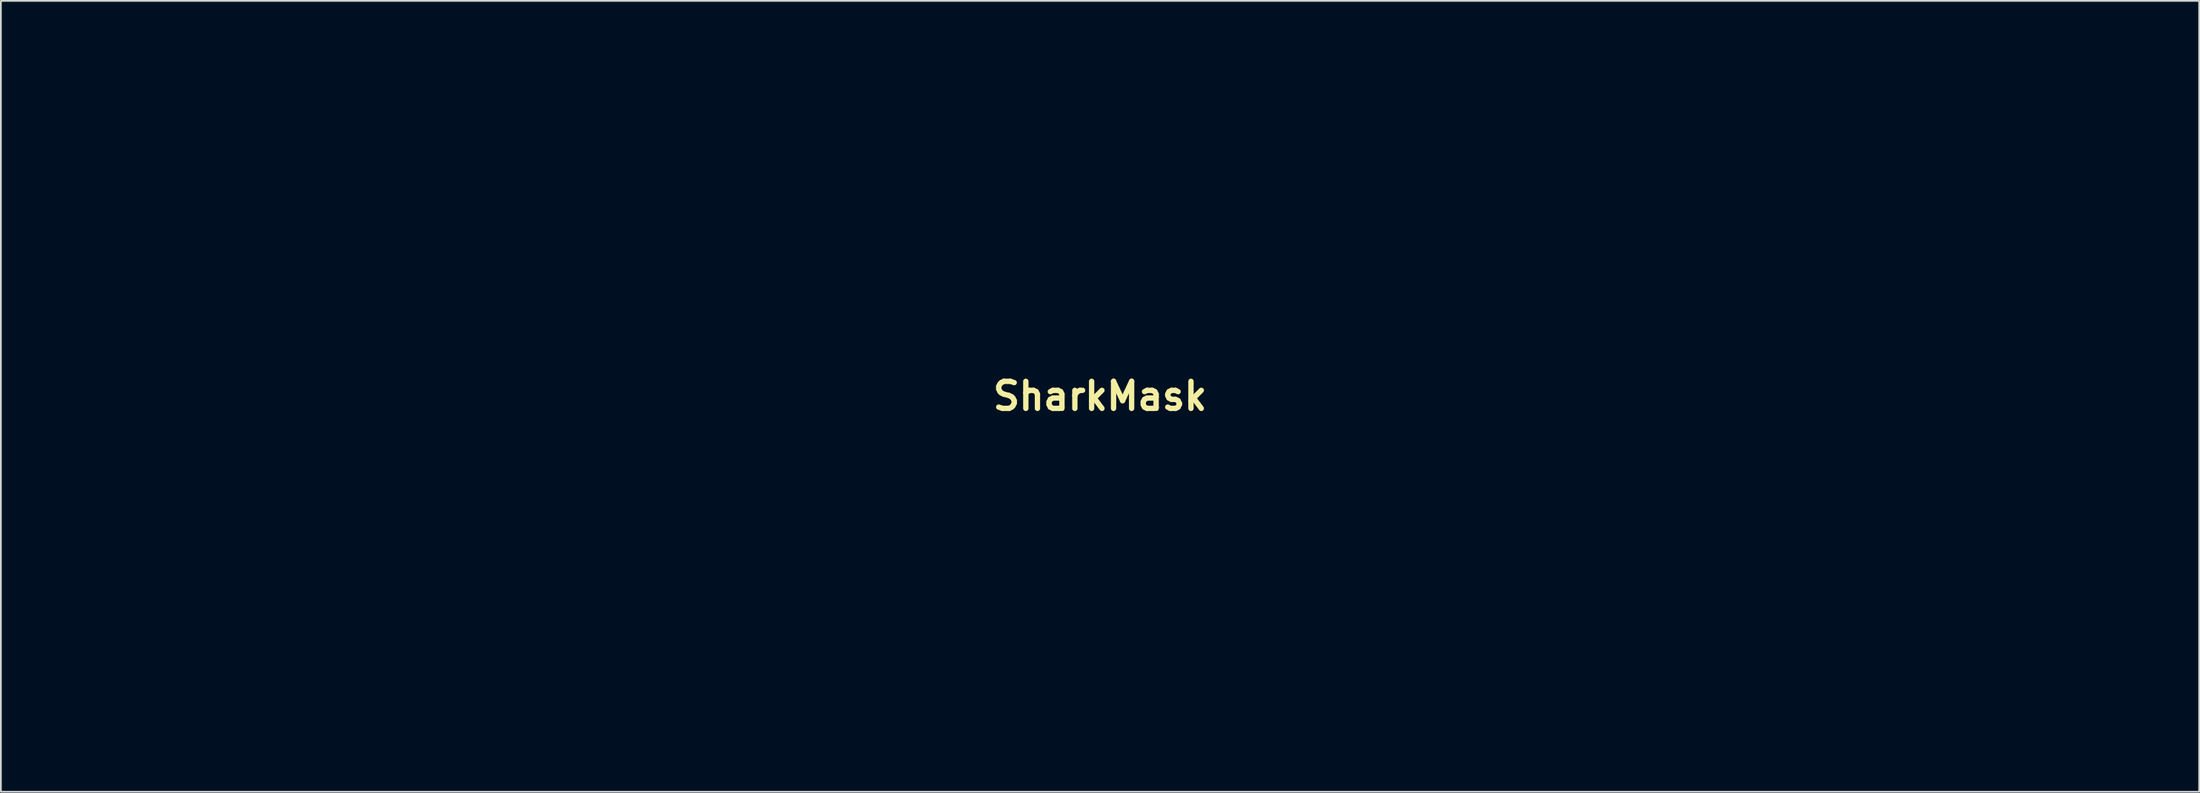
<source format=kicad_pcb>
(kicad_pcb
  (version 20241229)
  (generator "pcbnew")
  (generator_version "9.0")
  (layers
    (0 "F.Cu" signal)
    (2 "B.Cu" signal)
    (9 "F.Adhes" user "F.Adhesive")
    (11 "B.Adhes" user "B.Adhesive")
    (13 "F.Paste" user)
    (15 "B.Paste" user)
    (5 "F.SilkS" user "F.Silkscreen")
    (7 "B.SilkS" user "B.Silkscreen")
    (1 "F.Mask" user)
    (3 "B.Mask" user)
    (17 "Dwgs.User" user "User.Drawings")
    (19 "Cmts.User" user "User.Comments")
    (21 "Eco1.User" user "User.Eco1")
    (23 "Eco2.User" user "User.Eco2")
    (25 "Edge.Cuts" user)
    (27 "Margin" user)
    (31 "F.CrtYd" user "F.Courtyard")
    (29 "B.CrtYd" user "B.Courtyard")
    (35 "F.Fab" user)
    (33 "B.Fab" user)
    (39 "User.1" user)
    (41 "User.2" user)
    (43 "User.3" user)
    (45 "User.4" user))
  (footprint "SharkMask"
    (layer "F.Cu")
    (at 58.825 19.242)
    (property "Reference" "SharkMask" (at 0 0 0) (layer "F.SilkS") (effects (font (size 1.524 1.524) (thickness 0.3))))
    (attr through_hole)
    (fp_poly (pts (xy -6.583 -16.891) (xy -7.048 -16.891) (xy -7.048 -17.971) (xy -6.583 -17.971) (xy -6.583 -16.891)) (stroke (width 0.01) (type solid)) (fill yes) (layer "F.Mask"))
    (fp_poly (pts (xy -3.789 0.254) (xy -4.381 0.254) (xy -4.381 0.529) (xy -3.789 0.529) (xy -3.789 0.868) (xy -4.381 0.868) (xy -4.381 1.143) (xy -3.789 1.143) (xy -3.789 1.503) (xy -4.699 1.503) (xy -4.699 -0.106) (xy -3.789 -0.106) (xy -3.789 0.254)) (stroke (width 0.01) (type solid)) (fill yes) (layer "F.Mask"))
    (fp_poly (pts (xy -2.836 0.254) (xy -3.408 0.254) (xy -3.408 0.529) (xy -2.836 0.529) (xy -2.836 1.503) (xy -3.725 1.503) (xy -3.725 1.143) (xy -3.133 1.143) (xy -3.133 0.868) (xy -3.725 0.868) (xy -3.725 -0.106) (xy -2.836 -0.106) (xy -2.836 0.254)) (stroke (width 0.01) (type solid)) (fill yes) (layer "F.Mask"))
    (fp_poly (pts (xy -1.863 0.254) (xy -2.434 0.254) (xy -2.434 0.529) (xy -1.863 0.529) (xy -1.863 1.503) (xy -2.773 1.503) (xy -2.773 1.143) (xy -2.159 1.143) (xy -2.159 0.868) (xy -2.773 0.868) (xy -2.773 -0.106) (xy -1.863 -0.106) (xy -1.863 0.254)) (stroke (width 0.01) (type solid)) (fill yes) (layer "F.Mask"))
    (fp_poly (pts (xy -0.889 0.254) (xy -1.46 0.254) (xy -1.46 0.529) (xy -0.889 0.529) (xy -0.889 1.503) (xy -1.799 1.503) (xy -1.799 1.143) (xy -1.206 1.143) (xy -1.206 0.868) (xy -1.799 0.868) (xy -1.799 -0.106) (xy -0.889 -0.106) (xy -0.889 0.254)) (stroke (width 0.01) (type solid)) (fill yes) (layer "F.Mask"))
    (fp_poly (pts (xy -5.228 0.206) (xy -5.091 0.519) (xy -5.085 0.206) (xy -5.079 -0.106) (xy -4.763 -0.106) (xy -4.763 1.505) (xy -4.916 1.498) (xy -5.069 1.492) (xy -5.207 1.164) (xy -5.345 0.836) (xy -5.35 1.17) (xy -5.356 1.503) (xy -5.673 1.503) (xy -5.673 -0.106) (xy -5.365 -0.106) (xy -5.228 0.206)) (stroke (width 0.01) (type solid)) (fill yes) (layer "F.Mask"))
    (fp_poly (pts (xy -34.3 -2.281) (xy -34.274 -2.26) (xy -34.246 -2.217) (xy -34.209 -2.143) (xy -34.199 -2.122) (xy -34.111 -1.909) (xy -34.047 -1.692) (xy -34.003 -1.463) (xy -33.98 -1.214) (xy -33.976 -0.936) (xy -33.978 -0.841) (xy -34.01 -0.439) (xy -34.082 -0.052) (xy -34.193 0.325) (xy -34.345 0.697) (xy -34.364 0.736) (xy -34.424 0.857) (xy -34.486 0.971) (xy -34.546 1.073) (xy -34.599 1.157) (xy -34.643 1.217) (xy -34.674 1.246) (xy -34.681 1.249) (xy -34.717 1.238) (xy -34.731 1.23) (xy -34.739 1.218) (xy -34.742 1.19) (xy -34.739 1.143) (xy -34.729 1.072) (xy -34.713 0.973) (xy -34.689 0.84) (xy -34.663 0.706) (xy -34.593 0.329) (xy -34.533 -0.012) (xy -34.483 -0.322) (xy -34.442 -0.604) (xy -34.411 -0.864) (xy -34.388 -1.107) (xy -34.373 -1.336) (xy -34.365 -1.556) (xy -34.364 -1.773) (xy -34.369 -1.956) (xy -34.381 -2.286) (xy -34.328 -2.286) (xy -34.3 -2.281)) (stroke (width 0.01) (type solid)) (fill yes) (layer "F.Mask"))
    (fp_poly (pts (xy -31.215 -1.654) (xy -31.183 -1.605) (xy -31.146 -1.534) (xy -31.108 -1.45) (xy -31.073 -1.363) (xy -31.062 -1.327) (xy -31.005 -1.086) (xy -30.978 -0.821) (xy -30.981 -0.537) (xy -31.011 -0.239) (xy -31.069 0.067) (xy -31.152 0.378) (xy -31.26 0.688) (xy -31.391 0.992) (xy -31.545 1.286) (xy -31.72 1.565) (xy -31.739 1.593) (xy -31.801 1.669) (xy -31.852 1.708) (xy -31.89 1.71) (xy -31.912 1.681) (xy -31.912 1.648) (xy -31.9 1.577) (xy -31.879 1.471) (xy -31.849 1.332) (xy -31.809 1.164) (xy -31.762 0.968) (xy -31.706 0.749) (xy -31.656 0.55) (xy -31.607 0.361) (xy -31.558 0.161) (xy -31.51 -0.042) (xy -31.465 -0.24) (xy -31.424 -0.424) (xy -31.389 -0.587) (xy -31.363 -0.72) (xy -31.355 -0.762) (xy -31.344 -0.848) (xy -31.332 -0.963) (xy -31.322 -1.096) (xy -31.314 -1.233) (xy -31.312 -1.291) (xy -31.306 -1.428) (xy -31.3 -1.529) (xy -31.291 -1.598) (xy -31.28 -1.641) (xy -31.264 -1.664) (xy -31.243 -1.672) (xy -31.238 -1.672) (xy -31.215 -1.654)) (stroke (width 0.01) (type solid)) (fill yes) (layer "F.Mask"))
    (fp_poly (pts (xy -32.212 -1.981) (xy -32.167 -1.927) (xy -32.119 -1.844) (xy -32.07 -1.741) (xy -32.024 -1.622) (xy -31.983 -1.494) (xy -31.953 -1.376) (xy -31.921 -1.199) (xy -31.902 -1.017) (xy -31.895 -0.818) (xy -31.9 -0.59) (xy -31.901 -0.571) (xy -31.938 -0.191) (xy -32.014 0.189) (xy -32.127 0.562) (xy -32.274 0.921) (xy -32.453 1.258) (xy -32.495 1.327) (xy -32.554 1.408) (xy -32.604 1.453) (xy -32.644 1.463) (xy -32.672 1.434) (xy -32.673 1.431) (xy -32.672 1.404) (xy -32.663 1.341) (xy -32.649 1.246) (xy -32.629 1.125) (xy -32.604 0.982) (xy -32.576 0.824) (xy -32.556 0.715) (xy -32.497 0.398) (xy -32.447 0.117) (xy -32.404 -0.131) (xy -32.369 -0.353) (xy -32.341 -0.552) (xy -32.319 -0.733) (xy -32.302 -0.9) (xy -32.291 -1.06) (xy -32.284 -1.215) (xy -32.281 -1.371) (xy -32.281 -1.533) (xy -32.282 -1.598) (xy -32.285 -1.738) (xy -32.286 -1.841) (xy -32.285 -1.913) (xy -32.281 -1.959) (xy -32.275 -1.985) (xy -32.266 -1.997) (xy -32.253 -2) (xy -32.249 -2) (xy -32.212 -1.981)) (stroke (width 0.01) (type solid)) (fill yes) (layer "F.Mask"))
    (fp_poly (pts (xy -35.533 -2.437) (xy -35.507 -2.417) (xy -35.477 -2.375) (xy -35.437 -2.301) (xy -35.432 -2.291) (xy -35.338 -2.065) (xy -35.273 -1.814) (xy -35.236 -1.541) (xy -35.226 -1.251) (xy -35.244 -0.949) (xy -35.288 -0.639) (xy -35.358 -0.326) (xy -35.454 -0.014) (xy -35.575 0.292) (xy -35.72 0.587) (xy -35.757 0.653) (xy -35.814 0.75) (xy -35.875 0.846) (xy -35.934 0.935) (xy -35.988 1.011) (xy -36.031 1.067) (xy -36.06 1.096) (xy -36.066 1.099) (xy -36.095 1.09) (xy -36.105 1.087) (xy -36.127 1.059) (xy -36.132 1.037) (xy -36.127 1.007) (xy -36.113 0.942) (xy -36.092 0.845) (xy -36.064 0.723) (xy -36.031 0.58) (xy -35.994 0.42) (xy -35.963 0.292) (xy -35.878 -0.073) (xy -35.804 -0.4) (xy -35.742 -0.695) (xy -35.691 -0.959) (xy -35.651 -1.197) (xy -35.621 -1.412) (xy -35.6 -1.607) (xy -35.588 -1.787) (xy -35.585 -1.954) (xy -35.59 -2.112) (xy -35.598 -2.223) (xy -35.606 -2.309) (xy -35.611 -2.379) (xy -35.614 -2.42) (xy -35.614 -2.428) (xy -35.593 -2.434) (xy -35.561 -2.439) (xy -35.533 -2.437)) (stroke (width 0.01) (type solid)) (fill yes) (layer "F.Mask"))
    (fp_poly (pts (xy -33.153 -2.119) (xy -33.12 -2.069) (xy -33.081 -1.995) (xy -33.039 -1.906) (xy -32.999 -1.81) (xy -32.963 -1.714) (xy -32.936 -1.628) (xy -32.934 -1.619) (xy -32.89 -1.385) (xy -32.867 -1.126) (xy -32.867 -0.854) (xy -32.888 -0.581) (xy -32.926 -0.344) (xy -32.988 -0.099) (xy -33.073 0.16) (xy -33.177 0.42) (xy -33.294 0.668) (xy -33.418 0.892) (xy -33.471 0.975) (xy -33.545 1.083) (xy -33.599 1.16) (xy -33.64 1.21) (xy -33.671 1.237) (xy -33.697 1.245) (xy -33.722 1.238) (xy -33.739 1.228) (xy -33.747 1.218) (xy -33.75 1.196) (xy -33.747 1.158) (xy -33.737 1.1) (xy -33.72 1.019) (xy -33.694 0.909) (xy -33.659 0.766) (xy -33.618 0.599) (xy -33.543 0.301) (xy -33.48 0.039) (xy -33.425 -0.191) (xy -33.38 -0.394) (xy -33.343 -0.574) (xy -33.313 -0.736) (xy -33.289 -0.885) (xy -33.272 -1.025) (xy -33.259 -1.16) (xy -33.251 -1.295) (xy -33.246 -1.435) (xy -33.244 -1.585) (xy -33.244 -1.63) (xy -33.243 -1.79) (xy -33.241 -1.912) (xy -33.237 -2.002) (xy -33.231 -2.065) (xy -33.222 -2.105) (xy -33.209 -2.127) (xy -33.191 -2.136) (xy -33.176 -2.138) (xy -33.153 -2.119)) (stroke (width 0.01) (type solid)) (fill yes) (layer "F.Mask"))
    (fp_poly (pts (xy -57.975 -4.195) (xy -57.941 -4.184) (xy -57.901 -4.172) (xy -57.826 -4.147) (xy -57.719 -4.112) (xy -57.583 -4.067) (xy -57.424 -4.015) (xy -57.245 -3.956) (xy -57.05 -3.891) (xy -56.843 -3.823) (xy -56.716 -3.781) (xy -56.378 -3.67) (xy -56.076 -3.572) (xy -55.807 -3.485) (xy -55.568 -3.41) (xy -55.356 -3.345) (xy -55.167 -3.29) (xy -54.998 -3.242) (xy -54.845 -3.202) (xy -54.705 -3.169) (xy -54.574 -3.14) (xy -54.45 -3.117) (xy -54.329 -3.097) (xy -54.207 -3.08) (xy -54.205 -3.079) (xy -54.109 -3.067) (xy -54.028 -3.057) (xy -53.972 -3.05) (xy -53.95 -3.048) (xy -53.937 -3.03) (xy -53.933 -2.997) (xy -53.936 -2.972) (xy -53.951 -2.954) (xy -53.985 -2.937) (xy -54.047 -2.92) (xy -54.127 -2.9) (xy -54.281 -2.872) (xy -54.463 -2.854) (xy -54.656 -2.845) (xy -54.848 -2.847) (xy -55.006 -2.857) (xy -55.317 -2.902) (xy -55.65 -2.973) (xy -55.994 -3.067) (xy -56.342 -3.182) (xy -56.682 -3.314) (xy -56.727 -3.333) (xy -56.871 -3.398) (xy -57.029 -3.475) (xy -57.194 -3.56) (xy -57.36 -3.65) (xy -57.522 -3.741) (xy -57.674 -3.83) (xy -57.811 -3.915) (xy -57.926 -3.991) (xy -58.014 -4.056) (xy -58.07 -4.106) (xy -58.071 -4.106) (xy -58.097 -4.141) (xy -58.093 -4.165) (xy -58.077 -4.183) (xy -58.053 -4.202) (xy -58.023 -4.206) (xy -57.975 -4.195)) (stroke (width 0.01) (type solid)) (fill yes) (layer "F.Mask"))
    (fp_poly (pts (xy -14.086 2.324) (xy -13.727 2.375) (xy -13.377 2.462) (xy -13.182 2.527) (xy -13.094 2.56) (xy -13.01 2.596) (xy -12.926 2.636) (xy -12.837 2.684) (xy -12.739 2.743) (xy -12.627 2.814) (xy -12.498 2.901) (xy -12.347 3.006) (xy -12.17 3.132) (xy -12.012 3.245) (xy -11.906 3.322) (xy -11.785 3.411) (xy -11.654 3.509) (xy -11.515 3.611) (xy -11.375 3.717) (xy -11.237 3.821) (xy -11.105 3.921) (xy -10.983 4.013) (xy -10.876 4.095) (xy -10.788 4.164) (xy -10.724 4.215) (xy -10.687 4.246) (xy -10.679 4.253) (xy -10.693 4.264) (xy -10.746 4.273) (xy -10.835 4.282) (xy -10.956 4.288) (xy -11.108 4.293) (xy -11.285 4.296) (xy -11.451 4.297) (xy -11.546 4.297) (xy -11.647 4.298) (xy -11.754 4.299) (xy -11.872 4.301) (xy -12.001 4.304) (xy -12.145 4.307) (xy -12.306 4.312) (xy -12.485 4.317) (xy -12.687 4.323) (xy -12.912 4.33) (xy -13.163 4.339) (xy -13.443 4.348) (xy -13.753 4.359) (xy -14.097 4.371) (xy -14.477 4.385) (xy -14.895 4.4) (xy -15.272 4.414) (xy -15.624 4.427) (xy -15.976 4.44) (xy -16.324 4.452) (xy -16.667 4.464) (xy -17 4.476) (xy -17.321 4.487) (xy -17.628 4.498) (xy -17.918 4.508) (xy -18.187 4.517) (xy -18.434 4.525) (xy -18.655 4.532) (xy -18.848 4.539) (xy -19.009 4.544) (xy -19.136 4.547) (xy -19.227 4.55) (xy -19.278 4.55) (xy -19.324 4.546) (xy -19.346 4.536) (xy -19.346 4.535) (xy -19.342 4.51) (xy -19.331 4.451) (xy -19.314 4.361) (xy -19.293 4.249) (xy -19.268 4.119) (xy -19.255 4.05) (xy -19.225 3.897) (xy -19.2 3.779) (xy -19.18 3.69) (xy -19.162 3.622) (xy -19.143 3.569) (xy -19.122 3.524) (xy -19.098 3.481) (xy -19.074 3.444) (xy -18.927 3.256) (xy -18.742 3.085) (xy -18.521 2.931) (xy -18.264 2.795) (xy -17.974 2.677) (xy -17.651 2.578) (xy -17.296 2.498) (xy -16.912 2.439) (xy -16.785 2.425) (xy -16.721 2.419) (xy -16.62 2.412) (xy -16.487 2.404) (xy -16.329 2.395) (xy -16.151 2.385) (xy -15.958 2.374) (xy -15.756 2.364) (xy -15.55 2.353) (xy -15.347 2.343) (xy -15.15 2.334) (xy -14.967 2.325) (xy -14.803 2.318) (xy -14.662 2.313) (xy -14.551 2.309) (xy -14.475 2.307) (xy -14.463 2.307) (xy -14.086 2.324)) (stroke (width 0.01) (type solid)) (fill yes) (layer "F.Mask"))
    (fp_poly (pts (xy -3.633 -2.283) (xy -3.257 -2.274) (xy -2.86 -2.257) (xy -2.441 -2.232) (xy -1.995 -2.201) (xy -1.52 -2.162) (xy -1.014 -2.116) (xy -0.473 -2.062) (xy 0.106 -2.001) (xy 0.407 -1.968) (xy 0.603 -1.946) (xy 0.786 -1.926) (xy 0.952 -1.908) (xy 1.097 -1.892) (xy 1.216 -1.879) (xy 1.305 -1.87) (xy 1.359 -1.864) (xy 1.375 -1.863) (xy 1.392 -1.845) (xy 1.397 -1.81) (xy 1.384 -1.765) (xy 1.349 -1.747) (xy 1.317 -1.741) (xy 1.248 -1.728) (xy 1.15 -1.709) (xy 1.028 -1.686) (xy 0.887 -1.659) (xy 0.735 -1.631) (xy 0.73 -1.63) (xy 0.46 -1.578) (xy 0.185 -1.524) (xy -0.089 -1.468) (xy -0.357 -1.411) (xy -0.612 -1.356) (xy -0.85 -1.302) (xy -1.065 -1.252) (xy -1.251 -1.206) (xy -1.403 -1.166) (xy -1.453 -1.152) (xy -1.557 -1.122) (xy -1.652 -1.096) (xy -1.742 -1.072) (xy -1.83 -1.051) (xy -1.918 -1.033) (xy -2.011 -1.016) (xy -2.111 -1.001) (xy -2.223 -0.987) (xy -2.349 -0.974) (xy -2.493 -0.961) (xy -2.657 -0.949) (xy -2.847 -0.936) (xy -3.064 -0.922) (xy -3.312 -0.907) (xy -3.594 -0.892) (xy -3.915 -0.874) (xy -4.032 -0.867) (xy -4.265 -0.853) (xy -4.463 -0.839) (xy -4.63 -0.822) (xy -4.774 -0.803) (xy -4.901 -0.78) (xy -5.017 -0.752) (xy -5.129 -0.718) (xy -5.243 -0.677) (xy -5.295 -0.656) (xy -5.478 -0.579) (xy -5.655 -0.496) (xy -5.833 -0.404) (xy -6.02 -0.299) (xy -6.223 -0.177) (xy -6.448 -0.034) (xy -6.556 0.036) (xy -6.667 0.108) (xy -6.765 0.171) (xy -6.847 0.222) (xy -6.905 0.258) (xy -6.936 0.274) (xy -6.938 0.275) (xy -6.958 0.26) (xy -6.999 0.219) (xy -7.055 0.158) (xy -7.115 0.09) (xy -7.282 -0.11) (xy -7.439 -0.312) (xy -7.583 -0.51) (xy -7.709 -0.698) (xy -7.814 -0.87) (xy -7.894 -1.022) (xy -7.919 -1.077) (xy -7.966 -1.217) (xy -7.988 -1.346) (xy -7.985 -1.458) (xy -7.955 -1.545) (xy -7.945 -1.561) (xy -7.862 -1.643) (xy -7.737 -1.722) (xy -7.571 -1.797) (xy -7.362 -1.869) (xy -7.112 -1.938) (xy -6.819 -2.003) (xy -6.57 -2.05) (xy -6.249 -2.104) (xy -5.934 -2.151) (xy -5.621 -2.191) (xy -5.307 -2.224) (xy -4.99 -2.25) (xy -4.667 -2.269) (xy -4.335 -2.281) (xy -3.992 -2.286) (xy -3.633 -2.283)) (stroke (width 0.01) (type solid)) (fill yes) (layer "F.Mask"))
    (fp_poly (pts (xy -46.143 -5.251) (xy -45.916 -5.221) (xy -45.699 -5.177) (xy -45.491 -5.118) (xy -45.287 -5.046) (xy -45.087 -4.959) (xy -45.076 -4.954) (xy -44.986 -4.909) (xy -44.906 -4.869) (xy -44.847 -4.837) (xy -44.822 -4.821) (xy -44.802 -4.803) (xy -44.806 -4.792) (xy -44.839 -4.784) (xy -44.906 -4.776) (xy -44.961 -4.771) (xy -45.052 -4.765) (xy -45.17 -4.757) (xy -45.309 -4.748) (xy -45.462 -4.738) (xy -45.604 -4.729) (xy -45.835 -4.715) (xy -46.03 -4.699) (xy -46.195 -4.68) (xy -46.335 -4.657) (xy -46.457 -4.628) (xy -46.567 -4.592) (xy -46.67 -4.547) (xy -46.773 -4.491) (xy -46.882 -4.423) (xy -46.949 -4.378) (xy -47.04 -4.318) (xy -47.131 -4.263) (xy -47.208 -4.22) (xy -47.249 -4.2) (xy -47.311 -4.173) (xy -47.343 -4.152) (xy -47.343 -4.135) (xy -47.308 -4.119) (xy -47.235 -4.103) (xy -47.128 -4.084) (xy -47.051 -4.07) (xy -46.946 -4.047) (xy -46.825 -4.02) (xy -46.703 -3.99) (xy -46.683 -3.985) (xy -46.586 -3.961) (xy -46.505 -3.943) (xy -46.432 -3.929) (xy -46.359 -3.919) (xy -46.276 -3.912) (xy -46.176 -3.907) (xy -46.05 -3.903) (xy -45.895 -3.9) (xy -45.738 -3.896) (xy -45.618 -3.893) (xy -45.531 -3.889) (xy -45.471 -3.884) (xy -45.434 -3.879) (xy -45.413 -3.871) (xy -45.404 -3.86) (xy -45.403 -3.849) (xy -45.423 -3.789) (xy -45.484 -3.729) (xy -45.584 -3.671) (xy -45.72 -3.614) (xy -45.89 -3.56) (xy -46.092 -3.509) (xy -46.324 -3.462) (xy -46.585 -3.419) (xy -46.872 -3.381) (xy -46.905 -3.377) (xy -47.036 -3.363) (xy -47.203 -3.346) (xy -47.401 -3.327) (xy -47.623 -3.306) (xy -47.866 -3.285) (xy -48.122 -3.262) (xy -48.385 -3.239) (xy -48.652 -3.217) (xy -48.914 -3.195) (xy -49.168 -3.175) (xy -49.406 -3.157) (xy -49.604 -3.142) (xy -49.844 -3.126) (xy -50.092 -3.112) (xy -50.342 -3.1) (xy -50.59 -3.091) (xy -50.83 -3.084) (xy -51.057 -3.079) (xy -51.265 -3.077) (xy -51.45 -3.078) (xy -51.605 -3.082) (xy -51.726 -3.089) (xy -51.772 -3.093) (xy -51.859 -3.106) (xy -51.963 -3.125) (xy -52.075 -3.149) (xy -52.187 -3.175) (xy -52.29 -3.201) (xy -52.375 -3.225) (xy -52.434 -3.245) (xy -52.457 -3.258) (xy -52.454 -3.283) (xy -52.422 -3.334) (xy -52.365 -3.408) (xy -52.284 -3.5) (xy -52.184 -3.609) (xy -52.065 -3.73) (xy -52.059 -3.736) (xy -51.941 -3.846) (xy -51.828 -3.931) (xy -51.721 -3.994) (xy -51.634 -4.033) (xy -51.512 -4.082) (xy -51.352 -4.139) (xy -51.155 -4.206) (xy -50.919 -4.282) (xy -50.644 -4.367) (xy -50.329 -4.462) (xy -49.996 -4.561) (xy -49.499 -4.704) (xy -49.038 -4.831) (xy -48.612 -4.941) (xy -48.218 -5.034) (xy -47.852 -5.112) (xy -47.514 -5.174) (xy -47.2 -5.22) (xy -46.908 -5.25) (xy -46.637 -5.266) (xy -46.382 -5.266) (xy -46.143 -5.251)) (stroke (width 0.01) (type solid)) (fill yes) (layer "F.Mask"))
    (fp_poly (pts (xy -32.211 -6.153) (xy -32.019 -6.147) (xy -31.827 -6.137) (xy -31.633 -6.122) (xy -31.433 -6.103) (xy -31.222 -6.079) (xy -30.998 -6.049) (xy -30.756 -6.013) (xy -30.493 -5.97) (xy -30.205 -5.921) (xy -29.889 -5.864) (xy -29.541 -5.799) (xy -29.157 -5.726) (xy -28.935 -5.683) (xy -28.216 -5.546) (xy -27.528 -5.418) (xy -26.862 -5.297) (xy -26.214 -5.183) (xy -25.576 -5.076) (xy -24.944 -4.973) (xy -24.31 -4.875) (xy -23.668 -4.779) (xy -23.013 -4.686) (xy -22.338 -4.594) (xy -21.637 -4.502) (xy -20.904 -4.409) (xy -20.415 -4.349) (xy -20.161 -4.318) (xy -19.945 -4.292) (xy -19.762 -4.27) (xy -19.61 -4.253) (xy -19.483 -4.24) (xy -19.379 -4.23) (xy -19.292 -4.224) (xy -19.218 -4.22) (xy -19.155 -4.219) (xy -19.097 -4.219) (xy -19.041 -4.222) (xy -19.036 -4.222) (xy -18.811 -4.226) (xy -18.551 -4.216) (xy -18.259 -4.192) (xy -17.941 -4.156) (xy -17.601 -4.108) (xy -17.242 -4.05) (xy -16.87 -3.981) (xy -16.488 -3.903) (xy -16.101 -3.818) (xy -15.713 -3.724) (xy -15.329 -3.624) (xy -14.952 -3.519) (xy -14.588 -3.408) (xy -14.239 -3.293) (xy -14.15 -3.262) (xy -13.954 -3.191) (xy -13.791 -3.126) (xy -13.651 -3.06) (xy -13.525 -2.991) (xy -13.405 -2.912) (xy -13.282 -2.819) (xy -13.147 -2.707) (xy -13.141 -2.702) (xy -13.072 -2.639) (xy -12.993 -2.564) (xy -12.911 -2.48) (xy -12.831 -2.395) (xy -12.757 -2.313) (xy -12.694 -2.241) (xy -12.649 -2.184) (xy -12.626 -2.148) (xy -12.625 -2.139) (xy -12.648 -2.134) (xy -12.707 -2.127) (xy -12.797 -2.119) (xy -12.91 -2.111) (xy -13.041 -2.102) (xy -13.117 -2.098) (xy -13.266 -2.091) (xy -13.411 -2.083) (xy -13.541 -2.076) (xy -13.65 -2.07) (xy -13.729 -2.066) (xy -13.748 -2.065) (xy -13.882 -2.062) (xy -14.055 -2.065) (xy -14.263 -2.074) (xy -14.504 -2.089) (xy -14.773 -2.109) (xy -15.069 -2.135) (xy -15.387 -2.165) (xy -15.724 -2.199) (xy -16.078 -2.238) (xy -16.445 -2.281) (xy -16.822 -2.328) (xy -16.849 -2.331) (xy -17.047 -2.352) (xy -17.249 -2.363) (xy -17.461 -2.364) (xy -17.688 -2.355) (xy -17.936 -2.336) (xy -18.21 -2.306) (xy -18.518 -2.265) (xy -18.663 -2.243) (xy -19.238 -2.146) (xy -19.844 -2.024) (xy -20.479 -1.878) (xy -21.139 -1.708) (xy -21.823 -1.516) (xy -22.528 -1.301) (xy -23.251 -1.065) (xy -23.991 -0.808) (xy -24.743 -0.532) (xy -25.507 -0.237) (xy -25.675 -0.169) (xy -25.873 -0.091) (xy -26.047 -0.022) (xy -26.204 0.038) (xy -26.35 0.092) (xy -26.491 0.142) (xy -26.633 0.189) (xy -26.781 0.236) (xy -26.943 0.284) (xy -27.123 0.336) (xy -27.328 0.393) (xy -27.564 0.457) (xy -27.75 0.508) (xy -27.901 0.548) (xy -28.071 0.593) (xy -28.256 0.642) (xy -28.451 0.693) (xy -28.653 0.745) (xy -28.857 0.798) (xy -29.058 0.85) (xy -29.253 0.899) (xy -29.437 0.946) (xy -29.605 0.989) (xy -29.755 1.026) (xy -29.88 1.057) (xy -29.977 1.08) (xy -30.042 1.095) (xy -30.071 1.101) (xy -30.071 1.101) (xy -30.104 1.088) (xy -30.106 1.087) (xy -30.118 1.072) (xy -30.122 1.057) (xy -30.117 1.038) (xy -30.099 1.013) (xy -30.066 0.982) (xy -30.016 0.941) (xy -29.945 0.888) (xy -29.852 0.822) (xy -29.734 0.74) (xy -29.588 0.641) (xy -29.411 0.522) (xy -29.231 0.402) (xy -28.499 -0.077) (xy -27.77 -0.536) (xy -27.045 -0.974) (xy -26.327 -1.39) (xy -25.619 -1.783) (xy -24.923 -2.15) (xy -24.241 -2.492) (xy -23.575 -2.806) (xy -22.929 -3.091) (xy -22.303 -3.347) (xy -21.702 -3.572) (xy -21.532 -3.631) (xy -21.441 -3.663) (xy -21.367 -3.69) (xy -21.317 -3.709) (xy -21.3 -3.718) (xy -21.3 -3.718) (xy -21.322 -3.721) (xy -21.379 -3.726) (xy -21.465 -3.732) (xy -21.572 -3.74) (xy -21.675 -3.747) (xy -21.838 -3.758) (xy -22.041 -3.774) (xy -22.281 -3.794) (xy -22.557 -3.818) (xy -22.866 -3.846) (xy -23.207 -3.877) (xy -23.576 -3.912) (xy -23.973 -3.95) (xy -24.393 -3.991) (xy -24.836 -4.035) (xy -25.3 -4.082) (xy -25.429 -4.095) (xy -25.888 -4.141) (xy -26.308 -4.183) (xy -26.694 -4.221) (xy -27.05 -4.256) (xy -27.379 -4.287) (xy -27.685 -4.315) (xy -27.972 -4.341) (xy -28.244 -4.364) (xy -28.505 -4.385) (xy -28.758 -4.405) (xy -29.008 -4.423) (xy -29.259 -4.441) (xy -29.485 -4.456) (xy -30.096 -4.492) (xy -30.7 -4.52) (xy -31.295 -4.54) (xy -31.876 -4.551) (xy -32.438 -4.555) (xy -32.977 -4.55) (xy -33.489 -4.537) (xy -33.969 -4.516) (xy -34.413 -4.487) (xy -34.544 -4.477) (xy -34.914 -4.444) (xy -36.565 -4.928) (xy -36.863 -5.015) (xy -37.123 -5.091) (xy -37.347 -5.157) (xy -37.539 -5.214) (xy -37.7 -5.262) (xy -37.833 -5.303) (xy -37.942 -5.337) (xy -38.028 -5.364) (xy -38.094 -5.387) (xy -38.144 -5.406) (xy -38.178 -5.421) (xy -38.201 -5.433) (xy -38.214 -5.444) (xy -38.22 -5.454) (xy -38.223 -5.462) (xy -38.229 -5.514) (xy -37.45 -5.636) (xy -36.957 -5.712) (xy -36.502 -5.781) (xy -36.083 -5.843) (xy -35.696 -5.898) (xy -35.338 -5.947) (xy -35.005 -5.989) (xy -34.696 -6.026) (xy -34.405 -6.057) (xy -34.132 -6.083) (xy -33.871 -6.105) (xy -33.62 -6.122) (xy -33.377 -6.136) (xy -33.137 -6.145) (xy -32.898 -6.152) (xy -32.83 -6.153) (xy -32.613 -6.156) (xy -32.408 -6.156) (xy -32.211 -6.153)) (stroke (width 0.01) (type solid)) (fill yes) (layer "F.Mask"))
    (fp_poly (pts (xy 2.296 -7.486) (xy 2.78 -7.48) (xy 3.234 -7.469) (xy 3.657 -7.454) (xy 4.052 -7.433) (xy 4.276 -7.418) (xy 4.859 -7.375) (xy 5.405 -7.332) (xy 5.917 -7.289) (xy 6.399 -7.245) (xy 6.855 -7.2) (xy 7.29 -7.154) (xy 7.708 -7.106) (xy 8.113 -7.055) (xy 8.51 -7.001) (xy 8.901 -6.944) (xy 9.292 -6.884) (xy 9.687 -6.819) (xy 9.716 -6.814) (xy 10.454 -6.68) (xy 11.16 -6.536) (xy 11.831 -6.382) (xy 12.466 -6.217) (xy 13.065 -6.043) (xy 13.626 -5.86) (xy 14.148 -5.668) (xy 14.63 -5.467) (xy 14.69 -5.44) (xy 14.796 -5.391) (xy 14.9 -5.341) (xy 15.006 -5.288) (xy 15.119 -5.23) (xy 15.242 -5.163) (xy 15.381 -5.086) (xy 15.539 -4.997) (xy 15.721 -4.892) (xy 15.932 -4.769) (xy 16.118 -4.66) (xy 16.328 -4.537) (xy 16.506 -4.433) (xy 16.654 -4.346) (xy 16.779 -4.274) (xy 16.882 -4.214) (xy 16.969 -4.164) (xy 17.043 -4.122) (xy 17.109 -4.086) (xy 17.17 -4.054) (xy 17.23 -4.022) (xy 17.294 -3.989) (xy 17.364 -3.954) (xy 17.421 -3.925) (xy 17.628 -3.824) (xy 17.808 -3.744) (xy 17.968 -3.685) (xy 18.115 -3.643) (xy 18.257 -3.618) (xy 18.401 -3.608) (xy 18.556 -3.61) (xy 18.688 -3.619) (xy 18.963 -3.652) (xy 19.259 -3.704) (xy 20.976 -3.704) (xy 20.976 -2.286) (xy 21.124 -2.286) (xy 21.124 -3.704) (xy 21.378 -3.704) (xy 21.378 -2.286) (xy 21.505 -2.286) (xy 21.505 -2.635) (xy 21.506 -2.751) (xy 21.509 -2.851) (xy 21.513 -2.928) (xy 21.517 -2.974) (xy 21.521 -2.984) (xy 21.536 -2.967) (xy 21.569 -2.918) (xy 21.616 -2.844) (xy 21.673 -2.751) (xy 21.737 -2.644) (xy 21.739 -2.64) (xy 21.812 -2.518) (xy 21.867 -2.428) (xy 21.909 -2.365) (xy 21.942 -2.324) (xy 21.967 -2.301) (xy 21.99 -2.291) (xy 21.998 -2.29) (xy 22.04 -2.289) (xy 22.056 -2.295) (xy 22.047 -2.317) (xy 22.021 -2.371) (xy 21.983 -2.45) (xy 21.935 -2.549) (xy 21.879 -2.661) (xy 21.878 -2.663) (xy 21.7 -3.019) (xy 21.877 -3.346) (xy 21.935 -3.453) (xy 21.985 -3.547) (xy 22.024 -3.622) (xy 22.048 -3.672) (xy 22.055 -3.69) (xy 22.038 -3.7) (xy 21.998 -3.7) (xy 21.975 -3.694) (xy 21.951 -3.676) (xy 21.922 -3.643) (xy 21.884 -3.59) (xy 21.835 -3.511) (xy 21.769 -3.402) (xy 21.739 -3.35) (xy 21.675 -3.242) (xy 21.617 -3.148) (xy 21.57 -3.073) (xy 21.537 -3.024) (xy 21.521 -3.006) (xy 21.521 -3.006) (xy 21.516 -3.026) (xy 21.511 -3.081) (xy 21.508 -3.165) (xy 21.506 -3.27) (xy 21.505 -3.355) (xy 21.505 -3.704) (xy 21.378 -3.704) (xy 21.124 -3.704) (xy 20.976 -3.704) (xy 19.259 -3.704) (xy 19.262 -3.705) (xy 19.588 -3.777) (xy 19.942 -3.869) (xy 20.327 -3.981) (xy 20.743 -4.115) (xy 21.192 -4.27) (xy 21.407 -4.348) (xy 21.549 -4.394) (xy 21.702 -4.433) (xy 21.872 -4.465) (xy 22.064 -4.491) (xy 22.281 -4.512) (xy 22.528 -4.527) (xy 22.809 -4.539) (xy 23.033 -4.544) (xy 23.267 -4.548) (xy 23.466 -4.548) (xy 23.634 -4.545) (xy 23.78 -4.537) (xy 23.909 -4.526) (xy 24.027 -4.509) (xy 24.142 -4.487) (xy 24.246 -4.463) (xy 24.415 -4.413) (xy 24.546 -4.358) (xy 24.642 -4.293) (xy 24.707 -4.218) (xy 24.744 -4.136) (xy 24.755 -4.031) (xy 24.729 -3.919) (xy 24.664 -3.799) (xy 24.56 -3.671) (xy 24.417 -3.535) (xy 24.234 -3.39) (xy 24.011 -3.235) (xy 23.748 -3.071) (xy 23.506 -2.931) (xy 23.383 -2.859) (xy 23.253 -2.777) (xy 23.131 -2.694) (xy 23.029 -2.62) (xy 23.008 -2.604) (xy 22.892 -2.511) (xy 22.763 -2.41) (xy 22.629 -2.305) (xy 22.493 -2.201) (xy 22.361 -2.101) (xy 22.24 -2.009) (xy 22.134 -1.93) (xy 22.049 -1.869) (xy 21.991 -1.828) (xy 21.983 -1.823) (xy 21.878 -1.757) (xy 21.528 -1.76) (xy 21.38 -1.762) (xy 21.219 -1.766) (xy 21.061 -1.772) (xy 20.924 -1.778) (xy 20.892 -1.78) (xy 20.433 -1.819) (xy 20.009 -1.88) (xy 19.621 -1.962) (xy 19.267 -2.066) (xy 18.945 -2.192) (xy 18.941 -2.194) (xy 18.822 -2.249) (xy 18.708 -2.307) (xy 18.594 -2.369) (xy 18.476 -2.439) (xy 18.349 -2.519) (xy 18.209 -2.614) (xy 18.051 -2.724) (xy 17.871 -2.854) (xy 17.664 -3.006) (xy 17.568 -3.077) (xy 17.285 -3.286) (xy 17.029 -3.473) (xy 16.794 -3.641) (xy 16.575 -3.795) (xy 16.365 -3.938) (xy 16.158 -4.075) (xy 15.95 -4.209) (xy 15.733 -4.345) (xy 15.557 -4.452) (xy 15.323 -4.592) (xy 15.118 -4.708) (xy 14.937 -4.802) (xy 14.776 -4.876) (xy 14.63 -4.932) (xy 14.495 -4.972) (xy 14.366 -4.997) (xy 14.24 -5.01) (xy 14.235 -5.01) (xy 14.14 -5.013) (xy 14.051 -5.009) (xy 13.962 -4.998) (xy 13.864 -4.976) (xy 13.751 -4.943) (xy 13.616 -4.896) (xy 13.451 -4.835) (xy 13.398 -4.815) (xy 13.262 -4.765) (xy 13.12 -4.716) (xy 12.985 -4.672) (xy 12.869 -4.638) (xy 12.81 -4.623) (xy 12.617 -4.587) (xy 12.397 -4.561) (xy 12.164 -4.546) (xy 11.931 -4.544) (xy 11.716 -4.554) (xy 11.494 -4.577) (xy 11.257 -4.61) (xy 11.003 -4.655) (xy 10.729 -4.711) (xy 10.434 -4.779) (xy 10.116 -4.859) (xy 9.773 -4.953) (xy 9.403 -5.06) (xy 9.005 -5.181) (xy 8.577 -5.317) (xy 8.116 -5.467) (xy 7.622 -5.634) (xy 7.092 -5.816) (xy 6.699 -5.953) (xy 6.433 -6.047) (xy 6.203 -6.127) (xy 6.007 -6.194) (xy 5.841 -6.251) (xy 5.703 -6.296) (xy 5.588 -6.333) (xy 5.494 -6.361) (xy 5.418 -6.381) (xy 5.356 -6.395) (xy 5.305 -6.405) (xy 5.302 -6.405) (xy 5.178 -6.424) (xy 5.091 -6.443) (xy 5.035 -6.463) (xy 5.004 -6.489) (xy 4.992 -6.522) (xy 4.994 -6.556) (xy 4.98 -6.581) (xy 4.97 -6.584) (xy 4.938 -6.586) (xy 4.875 -6.591) (xy 4.789 -6.598) (xy 4.71 -6.605) (xy 4.642 -6.609) (xy 4.538 -6.614) (xy 4.401 -6.619) (xy 4.238 -6.624) (xy 4.052 -6.629) (xy 3.85 -6.635) (xy 3.636 -6.64) (xy 3.415 -6.644) (xy 3.371 -6.645) (xy 2.266 -6.666) (xy 0.355 -6.372) (xy 0.06 -6.326) (xy -0.255 -6.277) (xy -0.59 -6.225) (xy -0.94 -6.169) (xy -1.304 -6.112) (xy -1.678 -6.053) (xy -2.062 -5.992) (xy -2.451 -5.93) (xy -2.843 -5.867) (xy -3.236 -5.804) (xy -3.628 -5.741) (xy -4.015 -5.679) (xy -4.396 -5.617) (xy -4.768 -5.557) (xy -5.127 -5.499) (xy -5.473 -5.443) (xy -5.801 -5.389) (xy -6.111 -5.338) (xy -6.398 -5.291) (xy -6.661 -5.247) (xy -6.897 -5.208) (xy -7.104 -5.173) (xy -7.278 -5.143) (xy -7.419 -5.119) (xy -7.522 -5.1) (xy -7.581 -5.089) (xy -7.614 -5.086) (xy -7.636 -5.099) (xy -7.654 -5.137) (xy -7.671 -5.19) (xy -7.734 -5.443) (xy -7.773 -5.694) (xy -7.787 -5.935) (xy -7.775 -6.162) (xy -7.74 -6.369) (xy -7.68 -6.551) (xy -7.617 -6.671) (xy -7.497 -6.821) (xy -7.345 -6.943) (xy -7.162 -7.036) (xy -7.02 -7.083) (xy -6.975 -7.091) (xy -6.89 -7.1) (xy -6.765 -7.111) (xy -6.601 -7.124) (xy -6.401 -7.139) (xy -6.165 -7.155) (xy -5.894 -7.173) (xy -5.591 -7.192) (xy -5.334 -7.207) (xy -4.449 -7.259) (xy -3.605 -7.305) (xy -2.801 -7.346) (xy -2.037 -7.382) (xy -1.31 -7.412) (xy -0.621 -7.437) (xy 0.031 -7.457) (xy 0.648 -7.472) (xy 1.231 -7.482) (xy 1.779 -7.486) (xy 2.296 -7.486)) (stroke (width 0.01) (type solid)) (fill yes) (layer "F.Mask"))
    (fp_poly (pts (xy -11.782 -13.567) (xy -11.779 -13.567) (xy -11.507 -13.547) (xy -11.273 -13.525) (xy -11.072 -13.5) (xy -10.898 -13.47) (xy -10.747 -13.435) (xy -10.614 -13.395) (xy -10.495 -13.347) (xy -10.447 -13.325) (xy -10.266 -13.223) (xy -10.101 -13.102) (xy -9.953 -12.96) (xy -9.817 -12.793) (xy -9.694 -12.598) (xy -9.58 -12.373) (xy -9.473 -12.113) (xy -9.372 -11.817) (xy -9.299 -11.568) (xy -9.275 -11.469) (xy -9.257 -11.363) (xy -9.245 -11.248) (xy -9.24 -11.121) (xy -9.241 -10.98) (xy -9.25 -10.821) (xy -9.265 -10.642) (xy -9.289 -10.44) (xy -9.32 -10.213) (xy -9.36 -9.958) (xy -9.408 -9.672) (xy -9.464 -9.353) (xy -9.53 -8.998) (xy -9.599 -8.635) (xy -9.647 -8.383) (xy -9.688 -8.168) (xy -9.723 -7.987) (xy -9.751 -7.833) (xy -9.774 -7.704) (xy -9.793 -7.594) (xy -9.807 -7.5) (xy -9.817 -7.417) (xy -9.824 -7.34) (xy -9.828 -7.265) (xy -9.831 -7.188) (xy -9.832 -7.104) (xy -9.832 -7.009) (xy -9.831 -6.899) (xy -9.831 -6.826) (xy -9.829 -6.607) (xy -9.825 -6.414) (xy -9.816 -6.236) (xy -9.803 -6.064) (xy -9.785 -5.888) (xy -9.76 -5.698) (xy -9.727 -5.486) (xy -9.692 -5.271) (xy -9.651 -5.042) (xy -9.602 -4.793) (xy -9.549 -4.54) (xy -9.494 -4.298) (xy -9.444 -4.097) (xy -9.407 -3.95) (xy -9.274 -3.878) (xy -9.141 -3.805) (xy -9.01 -3.832) (xy -8.901 -3.859) (xy -8.76 -3.902) (xy -8.594 -3.958) (xy -8.409 -4.024) (xy -8.211 -4.099) (xy -8.008 -4.179) (xy -7.806 -4.262) (xy -7.611 -4.346) (xy -7.461 -4.413) (xy -7.287 -4.489) (xy -7.112 -4.556) (xy -6.931 -4.615) (xy -6.74 -4.666) (xy -6.535 -4.71) (xy -6.311 -4.748) (xy -6.066 -4.781) (xy -5.794 -4.809) (xy -5.491 -4.834) (xy -5.153 -4.855) (xy -4.847 -4.87) (xy -4.483 -4.883) (xy -4.081 -4.887) (xy -3.646 -4.885) (xy -3.182 -4.875) (xy -2.693 -4.859) (xy -2.183 -4.837) (xy -1.656 -4.809) (xy -1.117 -4.775) (xy -0.57 -4.735) (xy -0.019 -4.69) (xy 0.533 -4.64) (xy 1.08 -4.586) (xy 1.619 -4.527) (xy 2.145 -4.464) (xy 2.654 -4.397) (xy 2.921 -4.359) (xy 3.471 -4.275) (xy 3.985 -4.186) (xy 4.469 -4.091) (xy 4.926 -3.987) (xy 5.365 -3.875) (xy 5.79 -3.75) (xy 6.206 -3.613) (xy 6.62 -3.461) (xy 7.038 -3.292) (xy 7.464 -3.105) (xy 7.905 -2.898) (xy 8.096 -2.805) (xy 8.905 -2.383) (xy 9.691 -1.927) (xy 10.455 -1.435) (xy 11.201 -0.907) (xy 11.929 -0.34) (xy 12.277 -0.051) (xy 12.461 0.107) (xy 12.624 0.251) (xy 12.763 0.379) (xy 12.876 0.488) (xy 12.963 0.577) (xy 13.021 0.645) (xy 13.048 0.69) (xy 13.049 0.704) (xy 13.035 0.728) (xy 13.012 0.738) (xy 12.973 0.73) (xy 12.911 0.704) (xy 12.848 0.675) (xy 12.712 0.613) (xy 12.538 0.535) (xy 12.325 0.442) (xy 12.073 0.335) (xy 11.783 0.212) (xy 11.454 0.075) (xy 11.086 -0.078) (xy 10.679 -0.245) (xy 10.233 -0.428) (xy 9.748 -0.626) (xy 9.224 -0.839) (xy 8.66 -1.067) (xy 8.058 -1.31) (xy 7.416 -1.569) (xy 6.974 -1.746) (xy 6.688 -1.861) (xy 6.435 -1.963) (xy 6.213 -2.054) (xy 6.016 -2.136) (xy 5.84 -2.211) (xy 5.679 -2.281) (xy 5.529 -2.348) (xy 5.385 -2.416) (xy 5.243 -2.485) (xy 5.097 -2.558) (xy 4.944 -2.638) (xy 4.777 -2.725) (xy 4.594 -2.823) (xy 4.413 -2.921) (xy 4.148 -3.063) (xy 3.917 -3.187) (xy 3.716 -3.294) (xy 3.541 -3.385) (xy 3.39 -3.463) (xy 3.258 -3.528) (xy 3.142 -3.582) (xy 3.038 -3.628) (xy 2.944 -3.666) (xy 2.856 -3.698) (xy 2.769 -3.726) (xy 2.681 -3.752) (xy 2.588 -3.776) (xy 2.55 -3.786) (xy 2.164 -3.875) (xy 1.805 -3.94) (xy 1.464 -3.983) (xy 1.134 -4.004) (xy 0.953 -4.007) (xy 0.771 -4.004) (xy 0.606 -3.997) (xy 0.45 -3.982) (xy 0.297 -3.958) (xy 0.138 -3.925) (xy -0.031 -3.881) (xy -0.218 -3.823) (xy -0.43 -3.752) (xy -0.674 -3.665) (xy -0.688 -3.66) (xy -0.948 -3.567) (xy -1.178 -3.491) (xy -1.385 -3.429) (xy -1.577 -3.38) (xy -1.762 -3.342) (xy -1.947 -3.313) (xy -2.142 -3.292) (xy -2.352 -3.277) (xy -2.487 -3.271) (xy -2.646 -3.263) (xy -2.797 -3.255) (xy -2.945 -3.244) (xy -3.093 -3.232) (xy -3.245 -3.216) (xy -3.406 -3.197) (xy -3.578 -3.175) (xy -3.767 -3.148) (xy -3.976 -3.116) (xy -4.21 -3.078) (xy -4.471 -3.035) (xy -4.764 -2.985) (xy -5.093 -2.928) (xy -5.247 -2.901) (xy -5.596 -2.841) (xy -5.907 -2.788) (xy -6.185 -2.743) (xy -6.434 -2.704) (xy -6.656 -2.672) (xy -6.857 -2.645) (xy -7.039 -2.624) (xy -7.208 -2.608) (xy -7.367 -2.596) (xy -7.519 -2.588) (xy -7.669 -2.584) (xy -7.822 -2.583) (xy -7.838 -2.583) (xy -8.193 -2.592) (xy -8.513 -2.623) (xy -8.802 -2.674) (xy -9.062 -2.748) (xy -9.295 -2.846) (xy -9.506 -2.968) (xy -9.697 -3.115) (xy -9.871 -3.29) (xy -9.894 -3.316) (xy -9.979 -3.42) (xy -10.062 -3.528) (xy -10.144 -3.646) (xy -10.229 -3.779) (xy -10.32 -3.932) (xy -10.42 -4.108) (xy -10.533 -4.314) (xy -10.641 -4.519) (xy -10.756 -4.735) (xy -10.856 -4.916) (xy -10.943 -5.065) (xy -11.02 -5.188) (xy -11.089 -5.286) (xy -11.154 -5.365) (xy -11.217 -5.426) (xy -11.28 -5.475) (xy -11.346 -5.515) (xy -11.354 -5.52) (xy -11.482 -5.565) (xy -11.616 -5.577) (xy -11.744 -5.554) (xy -11.805 -5.529) (xy -11.849 -5.499) (xy -11.916 -5.446) (xy -12 -5.374) (xy -12.095 -5.29) (xy -12.186 -5.205) (xy -12.317 -5.082) (xy -12.424 -4.985) (xy -12.512 -4.911) (xy -12.585 -4.856) (xy -12.65 -4.815) (xy -12.711 -4.785) (xy -12.747 -4.77) (xy -12.796 -4.761) (xy -12.886 -4.752) (xy -13.016 -4.743) (xy -13.186 -4.736) (xy -13.395 -4.729) (xy -13.641 -4.722) (xy -13.925 -4.717) (xy -14.245 -4.712) (xy -14.6 -4.708) (xy -14.99 -4.704) (xy -15.413 -4.702) (xy -15.868 -4.7) (xy -16.355 -4.699) (xy -16.478 -4.699) (xy -16.804 -4.698) (xy -17.091 -4.699) (xy -17.34 -4.699) (xy -17.556 -4.701) (xy -17.74 -4.703) (xy -17.895 -4.705) (xy -18.025 -4.709) (xy -18.131 -4.713) (xy -18.217 -4.718) (xy -18.286 -4.725) (xy -18.339 -4.732) (xy -18.38 -4.741) (xy -18.411 -4.751) (xy -18.434 -4.761) (xy -18.501 -4.819) (xy -18.535 -4.9) (xy -18.537 -4.999) (xy -18.505 -5.113) (xy -18.481 -5.165) (xy -18.421 -5.281) (xy -18.487 -5.33) (xy -18.653 -5.441) (xy -18.842 -5.541) (xy -19.058 -5.631) (xy -19.303 -5.712) (xy -19.579 -5.784) (xy -19.888 -5.849) (xy -20.235 -5.907) (xy -20.62 -5.959) (xy -20.69 -5.967) (xy -20.893 -5.991) (xy -21.086 -6.011) (xy -21.274 -6.029) (xy -21.459 -6.045) (xy -21.646 -6.06) (xy -21.839 -6.072) (xy -22.042 -6.083) (xy -22.258 -6.092) (xy -22.492 -6.1) (xy -22.747 -6.107) (xy -23.027 -6.113) (xy -23.337 -6.118) (xy -23.679 -6.123) (xy -24.058 -6.127) (xy -24.225 -6.129) (xy -24.467 -6.132) (xy -24.698 -6.135) (xy -24.914 -6.138) (xy -25.112 -6.141) (xy -25.289 -6.144) (xy -25.439 -6.147) (xy -25.559 -6.151) (xy -25.647 -6.153) (xy -25.697 -6.156) (xy -25.705 -6.157) (xy -25.788 -6.171) (xy -25.557 -6.342) (xy -25.088 -6.667) (xy -24.616 -6.95) (xy -24.14 -7.192) (xy -23.658 -7.393) (xy -23.169 -7.553) (xy -22.765 -7.654) (xy -22.66 -7.676) (xy -22.571 -7.692) (xy -22.486 -7.702) (xy -22.395 -7.709) (xy -22.287 -7.713) (xy -22.152 -7.714) (xy -22.087 -7.714) (xy -21.921 -7.713) (xy -21.776 -7.708) (xy -21.645 -7.698) (xy -21.515 -7.682) (xy -21.378 -7.658) (xy -21.221 -7.625) (xy -21.036 -7.581) (xy -21.009 -7.574) (xy -20.865 -7.536) (xy -20.687 -7.484) (xy -20.481 -7.419) (xy -20.252 -7.344) (xy -20.004 -7.26) (xy -19.744 -7.168) (xy -19.475 -7.072) (xy -19.205 -6.972) (xy -18.938 -6.871) (xy -18.934 -6.869) (xy -18.684 -6.773) (xy -18.47 -6.692) (xy -18.285 -6.623) (xy -18.126 -6.566) (xy -17.986 -6.521) (xy -17.863 -6.484) (xy -17.75 -6.457) (xy -17.643 -6.437) (xy -17.538 -6.423) (xy -17.428 -6.414) (xy -17.311 -6.409) (xy -17.18 -6.407) (xy -17.032 -6.406) (xy -16.986 -6.406) (xy -16.675 -6.412) (xy -16.329 -6.427) (xy -15.952 -6.451) (xy -15.552 -6.483) (xy -15.132 -6.523) (xy -14.7 -6.571) (xy -14.26 -6.625) (xy -13.819 -6.686) (xy -13.494 -6.735) (xy -13.356 -6.756) (xy -13.241 -6.772) (xy -13.14 -6.784) (xy -13.041 -6.792) (xy -12.937 -6.797) (xy -12.817 -6.799) (xy -12.671 -6.8) (xy -12.541 -6.8) (xy -12.287 -6.798) (xy -12.07 -6.791) (xy -11.888 -6.78) (xy -11.735 -6.765) (xy -11.607 -6.745) (xy -11.587 -6.741) (xy -11.522 -6.727) (xy -11.484 -6.904) (xy -11.388 -7.28) (xy -11.265 -7.679) (xy -11.116 -8.093) (xy -10.944 -8.516) (xy -10.751 -8.941) (xy -10.576 -9.292) (xy -10.341 -9.747) (xy -10.34 -9.927) (xy -10.342 -10.022) (xy -10.35 -10.094) (xy -10.369 -10.159) (xy -10.402 -10.236) (xy -10.416 -10.266) (xy -10.534 -10.467) (xy -10.678 -10.636) (xy -10.831 -10.76) (xy -11.023 -10.87) (xy -11.221 -10.939) (xy -11.426 -10.967) (xy -11.643 -10.956) (xy -11.811 -10.922) (xy -12.02 -10.876) (xy -12.236 -10.843) (xy -12.463 -10.824) (xy -12.703 -10.82) (xy -12.962 -10.83) (xy -13.24 -10.855) (xy -13.543 -10.895) (xy -13.874 -10.95) (xy -14.235 -11.021) (xy -14.63 -11.108) (xy -14.843 -11.158) (xy -15.021 -11.206) (xy -15.21 -11.266) (xy -15.402 -11.337) (xy -15.589 -11.414) (xy -15.766 -11.494) (xy -15.923 -11.574) (xy -16.054 -11.651) (xy -16.151 -11.721) (xy -16.151 -11.722) (xy -16.242 -11.82) (xy -16.291 -11.924) (xy -16.298 -12.036) (xy -16.265 -12.155) (xy -16.19 -12.282) (xy -16.074 -12.417) (xy -16.066 -12.425) (xy -15.941 -12.535) (xy -15.784 -12.653) (xy -15.6 -12.774) (xy -15.398 -12.894) (xy -15.185 -13.009) (xy -14.969 -13.114) (xy -14.756 -13.205) (xy -14.605 -13.261) (xy -14.267 -13.362) (xy -13.897 -13.445) (xy -13.501 -13.51) (xy -13.085 -13.555) (xy -12.656 -13.58) (xy -12.219 -13.584) (xy -11.782 -13.567)) (stroke (width 0.01) (type solid)) (fill yes) (layer "F.Mask"))
    (fp_poly (pts (xy -6.978 -19.235) (xy -6.833 -19.231) (xy -6.721 -19.226) (xy -6.632 -19.218) (xy -6.557 -19.208) (xy -6.487 -19.193) (xy -6.413 -19.172) (xy -6.403 -19.17) (xy -6.272 -19.125) (xy -6.126 -19.064) (xy -5.977 -18.994) (xy -5.838 -18.921) (xy -5.723 -18.851) (xy -5.689 -18.827) (xy -5.593 -18.731) (xy -5.514 -18.597) (xy -5.452 -18.426) (xy -5.408 -18.218) (xy -5.382 -17.975) (xy -5.374 -17.727) (xy -5.375 -17.602) (xy -5.382 -17.495) (xy -5.397 -17.39) (xy -5.42 -17.27) (xy -5.437 -17.198) (xy -5.48 -17.005) (xy -5.527 -16.778) (xy -5.576 -16.528) (xy -5.625 -16.262) (xy -5.674 -15.99) (xy -5.72 -15.719) (xy -5.762 -15.461) (xy -5.798 -15.222) (xy -5.809 -15.145) (xy -5.87 -14.654) (xy -5.913 -14.19) (xy -5.938 -13.755) (xy -5.945 -13.351) (xy -5.934 -12.978) (xy -5.906 -12.64) (xy -5.859 -12.337) (xy -5.82 -12.162) (xy -5.725 -11.866) (xy -5.601 -11.594) (xy -5.444 -11.343) (xy -5.253 -11.111) (xy -5.025 -10.895) (xy -4.759 -10.692) (xy -4.682 -10.64) (xy -4.583 -10.572) (xy -4.521 -10.52) (xy -4.495 -10.482) (xy -4.504 -10.457) (xy -4.546 -10.443) (xy -4.576 -10.439) (xy -4.657 -10.445) (xy -4.768 -10.473) (xy -4.907 -10.521) (xy -5.067 -10.587) (xy -5.242 -10.669) (xy -5.341 -10.719) (xy -5.417 -10.76) (xy -5.48 -10.8) (xy -5.538 -10.846) (xy -5.602 -10.905) (xy -5.679 -10.983) (xy -5.734 -11.04) (xy -5.936 -11.26) (xy -6.105 -11.465) (xy -6.244 -11.663) (xy -6.359 -11.858) (xy -6.451 -12.058) (xy -6.527 -12.269) (xy -6.529 -12.277) (xy -6.565 -12.4) (xy -6.593 -12.513) (xy -6.612 -12.624) (xy -6.624 -12.744) (xy -6.631 -12.882) (xy -6.634 -13.047) (xy -6.634 -13.155) (xy -6.631 -13.312) (xy -6.625 -13.461) (xy -6.615 -13.609) (xy -6.599 -13.76) (xy -6.577 -13.922) (xy -6.548 -14.101) (xy -6.511 -14.302) (xy -6.465 -14.533) (xy -6.414 -14.78) (xy -6.381 -14.933) (xy -6.346 -15.098) (xy -6.309 -15.268) (xy -6.271 -15.44) (xy -6.235 -15.606) (xy -6.2 -15.762) (xy -6.169 -15.901) (xy -6.142 -16.018) (xy -6.121 -16.108) (xy -6.107 -16.165) (xy -6.104 -16.178) (xy -6.101 -16.196) (xy -6.111 -16.207) (xy -6.142 -16.211) (xy -6.2 -16.209) (xy -6.29 -16.203) (xy -6.459 -16.191) (xy -6.625 -16.177) (xy -6.791 -16.162) (xy -6.963 -16.144) (xy -7.143 -16.124) (xy -7.337 -16.1) (xy -7.547 -16.073) (xy -7.78 -16.041) (xy -8.037 -16.004) (xy -8.325 -15.962) (xy -8.646 -15.914) (xy -8.975 -15.864) (xy -9.333 -15.81) (xy -9.654 -15.762) (xy -9.94 -15.72) (xy -10.196 -15.683) (xy -10.424 -15.651) (xy -10.63 -15.624) (xy -10.817 -15.6) (xy -10.988 -15.58) (xy -11.147 -15.562) (xy -11.298 -15.548) (xy -11.444 -15.535) (xy -11.59 -15.524) (xy -11.737 -15.513) (xy -11.94 -15.504) (xy -12.148 -15.5) (xy -12.353 -15.502) (xy -12.545 -15.509) (xy -12.717 -15.521) (xy -12.858 -15.538) (xy -12.896 -15.545) (xy -13.039 -15.572) (xy -13.425 -15.294) (xy -13.672 -15.115) (xy -13.934 -14.923) (xy -14.212 -14.715) (xy -14.507 -14.491) (xy -14.822 -14.25) (xy -15.158 -13.991) (xy -15.516 -13.712) (xy -15.898 -13.413) (xy -16.305 -13.091) (xy -16.739 -12.747) (xy -17.201 -12.378) (xy -17.693 -11.984) (xy -18.023 -11.718) (xy -18.197 -11.579) (xy -18.368 -11.443) (xy -18.531 -11.315) (xy -18.683 -11.197) (xy -18.819 -11.092) (xy -18.936 -11.004) (xy -19.028 -10.935) (xy -19.093 -10.89) (xy -19.103 -10.883) (xy -19.21 -10.813) (xy -19.284 -10.764) (xy -19.328 -10.732) (xy -19.344 -10.717) (xy -19.336 -10.716) (xy -19.325 -10.719) (xy -19.294 -10.728) (xy -19.23 -10.746) (xy -19.143 -10.77) (xy -19.04 -10.797) (xy -19.012 -10.805) (xy -18.901 -10.834) (xy -18.812 -10.854) (xy -18.74 -10.861) (xy -18.678 -10.853) (xy -18.62 -10.827) (xy -18.56 -10.78) (xy -18.491 -10.709) (xy -18.407 -10.611) (xy -18.303 -10.484) (xy -18.301 -10.481) (xy -18.14 -10.301) (xy -17.969 -10.138) (xy -17.798 -10.001) (xy -17.748 -9.967) (xy -17.628 -9.891) (xy -17.505 -9.822) (xy -17.377 -9.759) (xy -17.241 -9.701) (xy -17.095 -9.647) (xy -16.934 -9.597) (xy -16.756 -9.551) (xy -16.559 -9.507) (xy -16.34 -9.464) (xy -16.095 -9.423) (xy -15.822 -9.383) (xy -15.518 -9.343) (xy -15.181 -9.302) (xy -14.806 -9.26) (xy -14.425 -9.219) (xy -14.099 -9.184) (xy -13.812 -9.153) (xy -13.56 -9.125) (xy -13.339 -9.099) (xy -13.147 -9.076) (xy -12.979 -9.053) (xy -12.832 -9.032) (xy -12.702 -9.011) (xy -12.587 -8.991) (xy -12.482 -8.969) (xy -12.383 -8.947) (xy -12.288 -8.923) (xy -12.281 -8.921) (xy -12.097 -8.865) (xy -11.952 -8.804) (xy -11.845 -8.737) (xy -11.791 -8.687) (xy -11.744 -8.618) (xy -11.727 -8.549) (xy -11.742 -8.472) (xy -11.788 -8.378) (xy -11.81 -8.343) (xy -11.961 -8.145) (xy -12.146 -7.96) (xy -12.359 -7.792) (xy -12.592 -7.647) (xy -12.838 -7.528) (xy -13.09 -7.442) (xy -13.178 -7.42) (xy -13.354 -7.386) (xy -13.563 -7.353) (xy -13.8 -7.321) (xy -14.057 -7.291) (xy -14.325 -7.264) (xy -14.597 -7.24) (xy -14.865 -7.221) (xy -15.122 -7.207) (xy -15.36 -7.199) (xy -15.526 -7.197) (xy -15.737 -7.2) (xy -15.959 -7.209) (xy -16.185 -7.222) (xy -16.41 -7.24) (xy -16.629 -7.262) (xy -16.834 -7.286) (xy -17.021 -7.313) (xy -17.185 -7.341) (xy -17.319 -7.371) (xy -17.418 -7.401) (xy -17.438 -7.409) (xy -17.547 -7.474) (xy -17.665 -7.577) (xy -17.79 -7.717) (xy -17.924 -7.896) (xy -18.067 -8.114) (xy -18.132 -8.223) (xy -15.514 -8.223) (xy -15.505 -8.161) (xy -15.483 -8.095) (xy -15.454 -8.034) (xy -15.368 -7.904) (xy -15.259 -7.806) (xy -15.131 -7.743) (xy -14.991 -7.716) (xy -14.843 -7.728) (xy -14.721 -7.768) (xy -14.614 -7.835) (xy -14.517 -7.931) (xy -14.45 -8.032) (xy -14.423 -8.096) (xy -14.409 -8.171) (xy -14.405 -8.271) (xy -14.405 -8.276) (xy -14.415 -8.412) (xy -14.451 -8.523) (xy -14.516 -8.622) (xy -14.566 -8.677) (xy -14.681 -8.763) (xy -14.813 -8.816) (xy -14.953 -8.833) (xy -15.093 -8.817) (xy -15.225 -8.766) (xy -15.342 -8.68) (xy -15.349 -8.674) (xy -15.437 -8.561) (xy -15.491 -8.432) (xy -15.511 -8.302) (xy -15.514 -8.223) (xy -18.132 -8.223) (xy -18.221 -8.373) (xy -18.267 -8.456) (xy -18.359 -8.619) (xy -18.438 -8.752) (xy -18.509 -8.862) (xy -18.579 -8.957) (xy -18.653 -9.046) (xy -18.736 -9.135) (xy -18.835 -9.233) (xy -18.854 -9.251) (xy -19.029 -9.41) (xy -19.217 -9.567) (xy -19.412 -9.716) (xy -19.605 -9.851) (xy -19.788 -9.967) (xy -19.955 -10.058) (xy -20.016 -10.087) (xy -20.158 -10.13) (xy -20.308 -10.142) (xy -20.453 -10.12) (xy -20.518 -10.098) (xy -20.557 -10.082) (xy -20.593 -10.069) (xy -20.632 -10.058) (xy -20.68 -10.048) (xy -20.742 -10.039) (xy -20.823 -10.03) (xy -20.928 -10.021) (xy -21.062 -10.01) (xy -21.231 -9.997) (xy -21.314 -9.99) (xy -21.476 -9.977) (xy -21.637 -9.962) (xy -21.786 -9.946) (xy -21.917 -9.93) (xy -22.02 -9.915) (xy -22.073 -9.906) (xy -22.116 -9.897) (xy -22.154 -9.889) (xy -22.188 -9.881) (xy -22.223 -9.87) (xy -22.261 -9.855) (xy -22.306 -9.835) (xy -22.362 -9.807) (xy -22.43 -9.771) (xy -22.514 -9.723) (xy -22.618 -9.664) (xy -22.745 -9.59) (xy -22.897 -9.501) (xy -23.079 -9.394) (xy -23.292 -9.269) (xy -23.389 -9.211) (xy -23.561 -9.11) (xy -23.728 -9.013) (xy -23.885 -8.922) (xy -24.027 -8.84) (xy -24.149 -8.769) (xy -24.247 -8.714) (xy -24.315 -8.676) (xy -24.332 -8.667) (xy -24.502 -8.578) (xy -24.903 -8.563) (xy -25.086 -8.559) (xy -25.29 -8.558) (xy -25.52 -8.562) (xy -25.777 -8.569) (xy -26.062 -8.58) (xy -26.378 -8.596) (xy -26.727 -8.616) (xy -27.112 -8.641) (xy -27.533 -8.67) (xy -27.993 -8.703) (xy -28.215 -8.72) (xy -28.809 -8.764) (xy -29.364 -8.801) (xy -29.883 -8.832) (xy -30.369 -8.856) (xy -30.825 -8.875) (xy -31.253 -8.887) (xy -31.657 -8.892) (xy -32.039 -8.892) (xy -32.403 -8.886) (xy -32.751 -8.873) (xy -33.086 -8.855) (xy -33.411 -8.831) (xy -33.592 -8.814) (xy -33.691 -8.804) (xy -33.824 -8.789) (xy -33.985 -8.771) (xy -34.173 -8.749) (xy -34.384 -8.723) (xy -34.614 -8.695) (xy -34.86 -8.665) (xy -35.119 -8.633) (xy -35.388 -8.6) (xy -35.663 -8.565) (xy -35.941 -8.53) (xy -36.219 -8.494) (xy -36.493 -8.459) (xy -36.76 -8.425) (xy -37.017 -8.391) (xy -37.261 -8.36) (xy -37.488 -8.33) (xy -37.695 -8.302) (xy -37.878 -8.277) (xy -38.035 -8.255) (xy -38.162 -8.237) (xy -38.255 -8.223) (xy -38.312 -8.214) (xy -38.329 -8.21) (xy -38.376 -8.171) (xy -38.413 -8.101) (xy -38.435 -8.008) (xy -38.439 -7.943) (xy -38.435 -7.882) (xy -38.426 -7.791) (xy -38.412 -7.684) (xy -38.397 -7.588) (xy -38.369 -7.391) (xy -38.356 -7.231) (xy -38.359 -7.102) (xy -38.378 -7.002) (xy -38.415 -6.926) (xy -38.469 -6.872) (xy -38.502 -6.851) (xy -38.562 -6.829) (xy -38.637 -6.82) (xy -38.727 -6.825) (xy -38.837 -6.843) (xy -38.969 -6.877) (xy -39.125 -6.926) (xy -39.308 -6.992) (xy -39.521 -7.075) (xy -39.766 -7.176) (xy -40.04 -7.293) (xy -40.297 -7.404) (xy -40.519 -7.497) (xy -40.711 -7.575) (xy -40.875 -7.638) (xy -41.015 -7.689) (xy -41.136 -7.727) (xy -41.24 -7.756) (xy -41.331 -7.776) (xy -41.335 -7.776) (xy -41.376 -7.776) (xy -41.456 -7.77) (xy -41.572 -7.756) (xy -41.722 -7.737) (xy -41.904 -7.712) (xy -42.115 -7.682) (xy -42.352 -7.648) (xy -42.613 -7.608) (xy -42.896 -7.565) (xy -43.197 -7.518) (xy -43.514 -7.468) (xy -43.845 -7.416) (xy -44.187 -7.361) (xy -44.537 -7.304) (xy -44.894 -7.245) (xy -45.254 -7.186) (xy -45.615 -7.125) (xy -45.974 -7.065) (xy -46.328 -7.004) (xy -46.676 -6.944) (xy -47.015 -6.885) (xy -47.342 -6.827) (xy -47.654 -6.771) (xy -47.816 -6.742) (xy -48.608 -6.594) (xy -49.364 -6.45) (xy -50.089 -6.306) (xy -50.787 -6.163) (xy -51.464 -6.018) (xy -52.126 -5.871) (xy -52.778 -5.72) (xy -53.424 -5.564) (xy -54.072 -5.402) (xy -54.724 -5.232) (xy -55.388 -5.054) (xy -56.069 -4.866) (xy -56.769 -4.667) (xy -56.965 -4.611) (xy -57.163 -4.555) (xy -57.354 -4.5) (xy -57.533 -4.45) (xy -57.692 -4.405) (xy -57.824 -4.368) (xy -57.924 -4.341) (xy -57.933 -4.339) (xy -58.045 -4.308) (xy -58.143 -4.28) (xy -58.219 -4.256) (xy -58.266 -4.24) (xy -58.278 -4.235) (xy -58.267 -4.217) (xy -58.227 -4.177) (xy -58.162 -4.117) (xy -58.075 -4.041) (xy -57.97 -3.952) (xy -57.852 -3.854) (xy -57.724 -3.75) (xy -57.59 -3.643) (xy -57.455 -3.536) (xy -57.321 -3.433) (xy -57.298 -3.416) (xy -56.676 -2.964) (xy -56.033 -2.535) (xy -55.372 -2.131) (xy -54.701 -1.756) (xy -54.023 -1.413) (xy -53.345 -1.104) (xy -52.672 -0.832) (xy -52.577 -0.797) (xy -52.352 -0.715) (xy -52.161 -0.648) (xy -51.999 -0.594) (xy -51.86 -0.552) (xy -51.738 -0.52) (xy -51.63 -0.497) (xy -51.529 -0.481) (xy -51.43 -0.471) (xy -51.398 -0.469) (xy -51.23 -0.462) (xy -51.072 -0.462) (xy -50.914 -0.471) (xy -50.748 -0.49) (xy -50.564 -0.52) (xy -50.354 -0.561) (xy -50.218 -0.59) (xy -49.764 -0.686) (xy -49.344 -0.77) (xy -48.952 -0.843) (xy -48.582 -0.905) (xy -48.228 -0.956) (xy -47.884 -0.999) (xy -47.543 -1.035) (xy -47.244 -1.06) (xy -47.099 -1.068) (xy -46.925 -1.074) (xy -46.73 -1.077) (xy -46.521 -1.077) (xy -46.305 -1.075) (xy -46.091 -1.071) (xy -45.885 -1.065) (xy -45.694 -1.057) (xy -45.527 -1.047) (xy -45.391 -1.035) (xy -45.328 -1.028) (xy -45.129 -0.997) (xy -44.921 -0.958) (xy -44.716 -0.915) (xy -44.525 -0.87) (xy -44.359 -0.825) (xy -44.281 -0.801) (xy -44.186 -0.767) (xy -44.08 -0.727) (xy -43.971 -0.682) (xy -43.865 -0.637) (xy -43.771 -0.594) (xy -43.696 -0.558) (xy -43.647 -0.53) (xy -43.631 -0.516) (xy -43.636 -0.484) (xy -43.644 -0.467) (xy -43.658 -0.456) (xy -43.684 -0.454) (xy -43.73 -0.462) (xy -43.801 -0.48) (xy -43.903 -0.511) (xy -43.946 -0.524) (xy -44.109 -0.574) (xy -44.243 -0.613) (xy -44.361 -0.644) (xy -44.473 -0.669) (xy -44.591 -0.69) (xy -44.727 -0.711) (xy -44.827 -0.725) (xy -44.927 -0.738) (xy -45.022 -0.748) (xy -45.118 -0.756) (xy -45.222 -0.762) (xy -45.34 -0.766) (xy -45.48 -0.769) (xy -45.649 -0.771) (xy -45.851 -0.771) (xy -45.879 -0.772) (xy -46.109 -0.771) (xy -46.315 -0.769) (xy -46.505 -0.764) (xy -46.684 -0.755) (xy -46.86 -0.743) (xy -47.039 -0.726) (xy -47.226 -0.705) (xy -47.43 -0.678) (xy -47.656 -0.644) (xy -47.911 -0.604) (xy -48.181 -0.559) (xy -48.486 -0.507) (xy -48.803 -0.448) (xy -49.121 -0.387) (xy -49.428 -0.324) (xy -49.713 -0.263) (xy -49.92 -0.215) (xy -50.173 -0.155) (xy -50.026 -0.061) (xy -49.69 0.14) (xy -49.313 0.337) (xy -48.894 0.53) (xy -48.434 0.718) (xy -47.934 0.902) (xy -47.395 1.081) (xy -46.816 1.256) (xy -46.198 1.425) (xy -45.604 1.575) (xy -45.222 1.665) (xy -44.831 1.753) (xy -44.429 1.84) (xy -44.013 1.927) (xy -43.58 2.013) (xy -43.127 2.1) (xy -42.652 2.187) (xy -42.152 2.276) (xy -41.624 2.366) (xy -41.065 2.459) (xy -40.472 2.554) (xy -39.844 2.653) (xy -39.177 2.756) (xy -39.062 2.773) (xy -38.746 2.821) (xy -38.467 2.862) (xy -38.223 2.898) (xy -38.009 2.928) (xy -37.821 2.953) (xy -37.656 2.974) (xy -37.51 2.99) (xy -37.378 3.003) (xy -37.258 3.013) (xy -37.145 3.02) (xy -37.035 3.024) (xy -36.924 3.026) (xy -36.81 3.027) (xy -36.797 3.027) (xy -36.552 3.022) (xy -36.345 3.008) (xy -36.173 2.983) (xy -36.033 2.947) (xy -35.921 2.899) (xy -35.835 2.839) (xy -35.819 2.824) (xy -35.765 2.746) (xy -35.75 2.657) (xy -35.776 2.556) (xy -35.792 2.52) (xy -35.834 2.437) (xy -35.774 2.424) (xy -35.73 2.421) (xy -35.664 2.427) (xy -35.574 2.444) (xy -35.453 2.472) (xy -35.3 2.512) (xy -35.19 2.543) (xy -34.876 2.634) (xy -34.555 2.735) (xy -34.232 2.844) (xy -33.912 2.958) (xy -33.601 3.076) (xy -33.303 3.195) (xy -33.025 3.314) (xy -32.772 3.43) (xy -32.55 3.54) (xy -32.363 3.644) (xy -32.362 3.645) (xy -32.202 3.74) (xy -32.251 3.618) (xy -32.281 3.54) (xy -32.304 3.467) (xy -32.314 3.428) (xy -32.321 3.383) (xy -32.31 3.369) (xy -32.277 3.376) (xy -32.205 3.405) (xy -32.111 3.451) (xy -32.007 3.508) (xy -31.906 3.569) (xy -31.819 3.628) (xy -31.791 3.649) (xy -31.732 3.702) (xy -31.654 3.784) (xy -31.564 3.886) (xy -31.466 4.001) (xy -31.367 4.124) (xy -31.272 4.246) (xy -31.187 4.36) (xy -31.117 4.46) (xy -31.069 4.538) (xy -31.062 4.551) (xy -31.022 4.62) (xy -30.978 4.686) (xy -30.976 4.688) (xy -30.955 4.721) (xy -30.915 4.785) (xy -30.858 4.877) (xy -30.789 4.992) (xy -30.708 5.125) (xy -30.62 5.273) (xy -30.527 5.43) (xy -30.521 5.44) (xy -29.889 6.481) (xy -29.248 7.491) (xy -28.596 8.468) (xy -27.937 9.411) (xy -27.27 10.319) (xy -26.596 11.191) (xy -25.917 12.024) (xy -25.234 12.819) (xy -24.547 13.573) (xy -24.306 13.827) (xy -24.088 14.055) (xy -23.791 14.055) (xy -23.492 14.043) (xy -23.188 14.006) (xy -22.873 13.944) (xy -22.542 13.855) (xy -22.19 13.738) (xy -21.963 13.652) (xy -21.674 13.531) (xy -21.404 13.405) (xy -21.158 13.274) (xy -20.939 13.141) (xy -20.753 13.01) (xy -20.602 12.881) (xy -20.55 12.829) (xy -20.415 12.684) (xy -20.451 12.433) (xy -20.483 12.201) (xy -20.509 11.995) (xy -20.528 11.805) (xy -20.542 11.621) (xy -20.552 11.433) (xy -20.558 11.23) (xy -20.561 11.003) (xy -20.562 10.816) (xy -20.562 10.629) (xy -20.561 10.468) (xy -20.558 10.326) (xy -20.554 10.196) (xy -20.548 10.07) (xy -20.538 9.943) (xy -20.526 9.806) (xy -20.51 9.653) (xy -20.489 9.477) (xy -20.464 9.271) (xy -20.443 9.106) (xy -20.376 8.57) (xy -20.433 8.395) (xy -20.491 8.239) (xy -20.576 8.052) (xy -20.685 7.836) (xy -20.818 7.591) (xy -20.975 7.32) (xy -21.153 7.023) (xy -21.353 6.703) (xy -21.573 6.362) (xy -21.793 6.03) (xy -21.945 5.804) (xy -22.097 5.582) (xy -22.247 5.367) (xy -22.393 5.162) (xy -22.531 4.97) (xy -22.66 4.795) (xy -22.777 4.64) (xy -22.879 4.508) (xy -22.964 4.404) (xy -23.029 4.33) (xy -23.054 4.305) (xy -23.081 4.285) (xy -23.127 4.259) (xy -23.192 4.227) (xy -23.282 4.188) (xy -23.398 4.139) (xy -23.544 4.08) (xy -23.723 4.01) (xy -23.939 3.926) (xy -23.992 3.905) (xy -24.293 3.79) (xy -24.557 3.688) (xy -24.786 3.6) (xy -24.983 3.523) (xy -25.15 3.458) (xy -25.289 3.403) (xy -25.404 3.357) (xy -25.496 3.319) (xy -25.568 3.289) (xy -25.622 3.264) (xy -25.661 3.245) (xy -25.688 3.229) (xy -25.704 3.217) (xy -25.712 3.207) (xy -25.714 3.197) (xy -25.713 3.189) (xy -25.705 3.162) (xy -25.682 3.15) (xy -25.633 3.148) (xy -25.601 3.15) (xy -25.479 3.163) (xy -25.321 3.191) (xy -25.131 3.23) (xy -24.911 3.281) (xy -24.665 3.343) (xy -24.397 3.415) (xy -24.11 3.495) (xy -23.809 3.583) (xy -23.495 3.678) (xy -23.174 3.779) (xy -22.848 3.885) (xy -22.722 3.926) (xy -22.532 3.989) (xy -22.335 4.052) (xy -22.14 4.112) (xy -21.956 4.167) (xy -21.791 4.214) (xy -21.653 4.251) (xy -21.601 4.265) (xy -21.359 4.323) (xy -21.156 4.373) (xy -20.986 4.415) (xy -20.847 4.449) (xy -20.734 4.478) (xy -20.645 4.501) (xy -20.576 4.519) (xy -20.524 4.535) (xy -20.484 4.547) (xy -20.453 4.558) (xy -20.427 4.569) (xy -20.424 4.57) (xy -20.369 4.607) (xy -20.296 4.67) (xy -20.212 4.754) (xy -20.124 4.85) (xy -20.038 4.951) (xy -19.961 5.05) (xy -19.9 5.14) (xy -19.868 5.196) (xy -19.799 5.372) (xy -19.747 5.588) (xy -19.71 5.842) (xy -19.69 6.136) (xy -19.686 6.392) (xy -19.687 6.5) (xy -19.69 6.611) (xy -19.696 6.728) (xy -19.706 6.858) (xy -19.719 7.002) (xy -19.736 7.168) (xy -19.758 7.357) (xy -19.784 7.576) (xy -19.816 7.827) (xy -19.853 8.107) (xy -19.889 8.385) (xy -19.92 8.626) (xy -19.947 8.837) (xy -19.969 9.022) (xy -19.988 9.187) (xy -20.004 9.337) (xy -20.019 9.478) (xy -20.031 9.616) (xy -20.043 9.755) (xy -20.054 9.901) (xy -20.056 9.927) (xy -20.074 10.236) (xy -20.084 10.566) (xy -20.086 10.908) (xy -20.08 11.252) (xy -20.068 11.589) (xy -20.048 11.909) (xy -20.021 12.203) (xy -20.001 12.372) (xy -19.957 12.658) (xy -19.899 12.974) (xy -19.828 13.309) (xy -19.748 13.655) (xy -19.659 14.002) (xy -19.579 14.293) (xy -19.479 14.625) (xy -19.364 14.98) (xy -19.237 15.352) (xy -19.1 15.736) (xy -18.955 16.125) (xy -18.804 16.516) (xy -18.65 16.901) (xy -18.494 17.277) (xy -18.338 17.638) (xy -18.185 17.977) (xy -18.038 18.29) (xy -17.897 18.572) (xy -17.799 18.756) (xy -17.751 18.873) (xy -17.735 18.986) (xy -17.749 19.088) (xy -17.793 19.172) (xy -17.864 19.23) (xy -17.95 19.255) (xy -18.06 19.258) (xy -18.181 19.24) (xy -18.277 19.211) (xy -18.373 19.17) (xy -18.486 19.114) (xy -18.62 19.041) (xy -18.777 18.949) (xy -18.961 18.837) (xy -19.174 18.703) (xy -19.272 18.641) (xy -20.097 18.089) (xy -20.913 17.495) (xy -21.72 16.861) (xy -22.518 16.186) (xy -23.307 15.469) (xy -24.087 14.712) (xy -24.857 13.914) (xy -25.619 13.076) (xy -26.37 12.197) (xy -27.112 11.278) (xy -27.845 10.319) (xy -28.567 9.32) (xy -29.279 8.281) (xy -29.981 7.202) (xy -30.673 6.084) (xy -30.998 5.54) (xy -31.102 5.363) (xy -31.19 5.219) (xy -31.264 5.102) (xy -31.33 5.009) (xy -31.39 4.934) (xy -31.448 4.875) (xy -31.51 4.825) (xy -31.578 4.78) (xy -31.657 4.737) (xy -31.751 4.691) (xy -31.761 4.686) (xy -31.951 4.602) (xy -32.169 4.519) (xy -32.417 4.437) (xy -32.698 4.356) (xy -33.013 4.274) (xy -33.365 4.192) (xy -33.756 4.108) (xy -33.973 4.064) (xy -34.142 4.031) (xy -34.312 3.998) (xy -34.483 3.966) (xy -34.66 3.933) (xy -34.844 3.9) (xy -35.038 3.866) (xy -35.243 3.831) (xy -35.464 3.794) (xy -35.701 3.755) (xy -35.958 3.713) (xy -36.236 3.669) (xy -36.539 3.621) (xy -36.868 3.57) (xy -37.226 3.514) (xy -37.615 3.454) (xy -38.038 3.389) (xy -38.498 3.319) (xy -38.996 3.244) (xy -39.179 3.216) (xy -39.979 3.093) (xy -40.739 2.972) (xy -41.46 2.854) (xy -42.143 2.737) (xy -42.792 2.622) (xy -43.406 2.508) (xy -43.988 2.395) (xy -44.539 2.282) (xy -45.062 2.169) (xy -45.558 2.055) (xy -46.028 1.94) (xy -46.474 1.825) (xy -46.898 1.707) (xy -47.302 1.588) (xy -47.686 1.466) (xy -48.054 1.342) (xy -48.406 1.215) (xy -48.745 1.084) (xy -48.946 1.002) (xy -49.279 0.856) (xy -49.598 0.704) (xy -49.897 0.547) (xy -50.172 0.39) (xy -50.416 0.234) (xy -50.626 0.082) (xy -50.661 0.054) (xy -50.768 -0.032) (xy -50.938 -0.014) (xy -51.042 -0.007) (xy -51.176 -0.007) (xy -51.326 -0.012) (xy -51.414 -0.017) (xy -51.52 -0.025) (xy -51.611 -0.034) (xy -51.696 -0.046) (xy -51.784 -0.063) (xy -51.884 -0.087) (xy -52.006 -0.119) (xy -52.157 -0.161) (xy -52.186 -0.169) (xy -52.512 -0.27) (xy -52.865 -0.394) (xy -53.241 -0.541) (xy -53.633 -0.707) (xy -54.038 -0.89) (xy -54.449 -1.087) (xy -54.862 -1.297) (xy -55.271 -1.515) (xy -55.671 -1.741) (xy -56.057 -1.971) (xy -56.356 -2.159) (xy -56.912 -2.533) (xy -57.438 -2.918) (xy -57.931 -3.311) (xy -58.386 -3.709) (xy -58.473 -3.79) (xy -58.594 -3.907) (xy -58.685 -4.006) (xy -58.749 -4.09) (xy -58.791 -4.165) (xy -58.813 -4.236) (xy -58.817 -4.264) (xy -58.82 -4.367) (xy -58.799 -4.448) (xy -58.75 -4.523) (xy -58.746 -4.528) (xy -58.723 -4.55) (xy -58.687 -4.574) (xy -58.635 -4.599) (xy -58.565 -4.628) (xy -58.472 -4.661) (xy -58.355 -4.7) (xy -58.208 -4.745) (xy -58.029 -4.798) (xy -57.816 -4.86) (xy -57.647 -4.908) (xy -56.922 -5.109) (xy -56.156 -5.312) (xy -55.353 -5.516) (xy -54.514 -5.721) (xy -53.642 -5.926) (xy -52.74 -6.13) (xy -51.809 -6.333) (xy -50.852 -6.535) (xy -49.871 -6.735) (xy -48.868 -6.932) (xy -47.847 -7.127) (xy -46.808 -7.319) (xy -45.755 -7.507) (xy -44.69 -7.69) (xy -43.615 -7.869) (xy -42.532 -8.043) (xy -41.645 -8.181) (xy -39.575 -8.487) (xy -37.474 -8.778) (xy -35.34 -9.055) (xy -33.173 -9.317) (xy -30.97 -9.564) (xy -28.732 -9.797) (xy -26.458 -10.015) (xy -24.145 -10.22) (xy -22.033 -10.392) (xy -21.76 -10.413) (xy -21.526 -10.431) (xy -21.327 -10.447) (xy -21.158 -10.461) (xy -21.017 -10.474) (xy -20.898 -10.487) (xy -20.8 -10.5) (xy -20.717 -10.514) (xy -20.646 -10.53) (xy -20.584 -10.548) (xy -20.525 -10.57) (xy -20.468 -10.594) (xy -20.408 -10.623) (xy -20.34 -10.657) (xy -20.263 -10.697) (xy -20.248 -10.704) (xy -20.186 -10.735) (xy -20.131 -10.764) (xy -20.078 -10.793) (xy -20.026 -10.825) (xy -19.97 -10.862) (xy -19.907 -10.907) (xy -19.835 -10.961) (xy -19.748 -11.029) (xy -19.645 -11.111) (xy -19.522 -11.211) (xy -19.375 -11.331) (xy -19.202 -11.474) (xy -19.05 -11.598) (xy -18.295 -12.217) (xy -17.57 -12.805) (xy -16.873 -13.365) (xy -16.204 -13.896) (xy -15.563 -14.398) (xy -14.948 -14.873) (xy -14.358 -15.321) (xy -13.794 -15.742) (xy -13.254 -16.136) (xy -12.739 -16.505) (xy -12.246 -16.848) (xy -11.776 -17.166) (xy -11.328 -17.46) (xy -10.901 -17.729) (xy -10.494 -17.975) (xy -10.244 -18.119) (xy -9.102 -18.119) (xy -9.102 -16.743) (xy -8.403 -16.743) (xy -8.149 -16.743) (xy -8.023 -16.743) (xy -8.012 -17.558) (xy -7.962 -17.558) (xy -7.944 -17.554) (xy -7.926 -17.54) (xy -7.905 -17.511) (xy -7.878 -17.463) (xy -7.843 -17.389) (xy -7.798 -17.286) (xy -7.74 -17.151) (xy -7.567 -16.744) (xy -7.498 -16.743) (xy -7.429 -16.743) (xy -7.429 -18.119) (xy -7.176 -18.119) (xy -7.176 -16.743) (xy -6.85 -16.743) (xy -6.726 -16.743) (xy -6.638 -16.744) (xy -6.578 -16.748) (xy -6.539 -16.754) (xy -6.516 -16.764) (xy -6.5 -16.78) (xy -6.49 -16.795) (xy -6.48 -16.816) (xy -6.472 -16.846) (xy -6.466 -16.891) (xy -6.461 -16.955) (xy -6.458 -17.043) (xy -6.457 -17.161) (xy -6.456 -17.313) (xy -6.456 -17.431) (xy -6.456 -17.607) (xy -6.457 -17.746) (xy -6.459 -17.853) (xy -6.463 -17.932) (xy -6.468 -17.989) (xy -6.474 -18.028) (xy -6.483 -18.054) (xy -6.49 -18.066) (xy -6.504 -18.086) (xy -6.521 -18.1) (xy -6.548 -18.11) (xy -6.591 -18.115) (xy -6.658 -18.118) (xy -6.756 -18.119) (xy -6.85 -18.119) (xy -7.176 -18.119) (xy -7.429 -18.119) (xy -7.535 -18.119) (xy -7.535 -17.729) (xy -7.536 -17.591) (xy -7.537 -17.49) (xy -7.539 -17.42) (xy -7.544 -17.374) (xy -7.551 -17.347) (xy -7.562 -17.333) (xy -7.576 -17.325) (xy -7.579 -17.324) (xy -7.62 -17.319) (xy -7.637 -17.324) (xy -7.65 -17.347) (xy -7.677 -17.403) (xy -7.715 -17.485) (xy -7.761 -17.587) (xy -7.813 -17.704) (xy -7.822 -17.723) (xy -7.992 -18.108) (xy -8.071 -18.115) (xy -8.149 -18.121) (xy -8.149 -16.743) (xy -8.403 -16.743) (xy -8.403 -17.505) (xy -8.742 -17.505) (xy -8.742 -17.357) (xy -8.509 -17.357) (xy -8.509 -16.891) (xy -8.996 -16.891) (xy -8.996 -17.971) (xy -8.403 -17.971) (xy -8.403 -18.119) (xy -9.102 -18.119) (xy -10.244 -18.119) (xy -10.108 -18.197) (xy -9.74 -18.397) (xy -9.391 -18.575) (xy -9.06 -18.73) (xy -8.746 -18.865) (xy -8.449 -18.978) (xy -8.167 -19.071) (xy -7.947 -19.132) (xy -7.762 -19.176) (xy -7.596 -19.207) (xy -7.435 -19.226) (xy -7.267 -19.236) (xy -7.078 -19.237) (xy -6.978 -19.235)) (stroke (width 0.01) (type solid)) (fill yes) (layer "F.Mask"))
    (fp_poly (pts (xy 24.247 -10.643) (xy 24.333 -10.633) (xy 24.399 -10.614) (xy 24.416 -10.607) (xy 24.471 -10.579) (xy 24.531 -10.54) (xy 24.596 -10.489) (xy 24.668 -10.424) (xy 24.751 -10.342) (xy 24.844 -10.243) (xy 24.95 -10.124) (xy 25.071 -9.983) (xy 25.208 -9.818) (xy 25.363 -9.627) (xy 25.539 -9.408) (xy 25.736 -9.159) (xy 25.956 -8.879) (xy 25.964 -8.869) (xy 26.102 -8.692) (xy 26.241 -8.516) (xy 26.376 -8.345) (xy 26.504 -8.183) (xy 26.62 -8.036) (xy 26.722 -7.908) (xy 26.805 -7.805) (xy 26.859 -7.736) (xy 27.101 -7.444) (xy 27.323 -7.185) (xy 27.526 -6.959) (xy 27.712 -6.764) (xy 27.885 -6.597) (xy 28.044 -6.458) (xy 28.193 -6.344) (xy 28.333 -6.253) (xy 28.467 -6.185) (xy 28.531 -6.158) (xy 28.61 -6.136) (xy 28.729 -6.112) (xy 28.883 -6.088) (xy 29.07 -6.065) (xy 29.287 -6.042) (xy 29.529 -6.019) (xy 29.795 -5.998) (xy 30.08 -5.978) (xy 30.381 -5.959) (xy 30.586 -5.948) (xy 30.696 -5.944) (xy 30.843 -5.94) (xy 31.019 -5.936) (xy 31.218 -5.933) (xy 31.434 -5.93) (xy 31.66 -5.928) (xy 31.89 -5.926) (xy 32.101 -5.926) (xy 33.182 -5.925) (xy 33.72 -6.054) (xy 34.804 -6.312) (xy 35.882 -6.565) (xy 36.952 -6.813) (xy 38.012 -7.054) (xy 39.062 -7.29) (xy 40.1 -7.519) (xy 41.123 -7.742) (xy 42.131 -7.958) (xy 43.122 -8.166) (xy 44.094 -8.367) (xy 45.045 -8.559) (xy 45.975 -8.744) (xy 46.881 -8.92) (xy 47.762 -9.087) (xy 48.616 -9.245) (xy 49.442 -9.393) (xy 50.238 -9.531) (xy 51.002 -9.659) (xy 51.733 -9.777) (xy 52.43 -9.884) (xy 53.09 -9.98) (xy 53.712 -10.064) (xy 54.134 -10.117) (xy 54.624 -10.175) (xy 55.096 -10.225) (xy 55.547 -10.268) (xy 55.975 -10.303) (xy 56.379 -10.332) (xy 56.758 -10.353) (xy 57.11 -10.366) (xy 57.433 -10.372) (xy 57.726 -10.371) (xy 57.986 -10.362) (xy 58.214 -10.346) (xy 58.406 -10.322) (xy 58.561 -10.291) (xy 58.678 -10.252) (xy 58.755 -10.206) (xy 58.758 -10.203) (xy 58.811 -10.132) (xy 58.822 -10.058) (xy 58.792 -9.981) (xy 58.721 -9.902) (xy 58.609 -9.823) (xy 58.6 -9.818) (xy 58.362 -9.67) (xy 58.131 -9.511) (xy 57.905 -9.338) (xy 57.679 -9.147) (xy 57.453 -8.937) (xy 57.222 -8.704) (xy 56.985 -8.446) (xy 56.738 -8.159) (xy 56.479 -7.842) (xy 56.205 -7.491) (xy 56.061 -7.303) (xy 55.962 -7.172) (xy 55.869 -7.05) (xy 55.784 -6.941) (xy 55.712 -6.849) (xy 55.658 -6.781) (xy 55.624 -6.74) (xy 55.62 -6.736) (xy 55.529 -6.662) (xy 55.425 -6.608) (xy 55.323 -6.584) (xy 55.302 -6.583) (xy 55.262 -6.589) (xy 55.188 -6.607) (xy 55.085 -6.635) (xy 54.959 -6.671) (xy 54.815 -6.714) (xy 54.66 -6.762) (xy 54.594 -6.782) (xy 54.277 -6.882) (xy 53.998 -6.969) (xy 53.755 -7.044) (xy 53.547 -7.107) (xy 53.37 -7.158) (xy 53.224 -7.198) (xy 53.107 -7.228) (xy 53.016 -7.248) (xy 52.949 -7.259) (xy 52.904 -7.261) (xy 52.88 -7.255) (xy 52.875 -7.244) (xy 52.878 -7.219) (xy 52.888 -7.16) (xy 52.903 -7.076) (xy 52.922 -6.975) (xy 52.926 -6.953) (xy 52.977 -6.678) (xy 52.904 -6.538) (xy 52.857 -6.458) (xy 52.805 -6.384) (xy 52.762 -6.334) (xy 52.716 -6.301) (xy 52.633 -6.254) (xy 52.516 -6.196) (xy 52.368 -6.127) (xy 52.239 -6.069) (xy 51.762 -5.854) (xy 51.256 -5.619) (xy 50.726 -5.366) (xy 50.177 -5.098) (xy 49.617 -4.818) (xy 49.05 -4.529) (xy 48.481 -4.233) (xy 47.918 -3.934) (xy 47.365 -3.634) (xy 46.828 -3.337) (xy 46.419 -3.105) (xy 45.994 -2.861) (xy 45.601 -2.631) (xy 45.233 -2.411) (xy 44.885 -2.197) (xy 44.549 -1.986) (xy 44.219 -1.774) (xy 44.048 -1.661) (xy 43.711 -1.435) (xy 43.413 -1.227) (xy 43.153 -1.036) (xy 42.931 -0.863) (xy 42.747 -0.707) (xy 42.601 -0.569) (xy 42.493 -0.448) (xy 42.423 -0.345) (xy 42.398 -0.289) (xy 42.388 -0.201) (xy 42.404 -0.082) (xy 42.448 0.068) (xy 42.52 0.25) (xy 42.618 0.464) (xy 42.634 0.496) (xy 42.695 0.618) (xy 42.755 0.736) (xy 42.817 0.852) (xy 42.881 0.97) (xy 42.95 1.093) (xy 43.026 1.224) (xy 43.111 1.365) (xy 43.205 1.52) (xy 43.312 1.693) (xy 43.433 1.885) (xy 43.57 2.101) (xy 43.725 2.342) (xy 43.899 2.613) (xy 44.091 2.91) (xy 44.29 3.22) (xy 44.467 3.496) (xy 44.623 3.739) (xy 44.758 3.952) (xy 44.873 4.136) (xy 44.969 4.292) (xy 45.048 4.423) (xy 45.11 4.528) (xy 45.156 4.611) (xy 45.176 4.649) (xy 45.227 4.771) (xy 45.277 4.934) (xy 45.326 5.139) (xy 45.359 5.298) (xy 45.381 5.415) (xy 45.394 5.498) (xy 45.398 5.554) (xy 45.391 5.591) (xy 45.373 5.615) (xy 45.342 5.635) (xy 45.311 5.65) (xy 45.257 5.671) (xy 45.194 5.685) (xy 45.116 5.692) (xy 45.018 5.691) (xy 44.892 5.684) (xy 44.733 5.669) (xy 44.669 5.662) (xy 44.264 5.609) (xy 43.86 5.539) (xy 43.465 5.451) (xy 43.085 5.35) (xy 42.729 5.236) (xy 42.402 5.111) (xy 42.217 5.029) (xy 42.131 4.987) (xy 42.013 4.927) (xy 41.869 4.853) (xy 41.704 4.768) (xy 41.523 4.674) (xy 41.334 4.574) (xy 41.139 4.471) (xy 40.946 4.369) (xy 40.76 4.269) (xy 40.586 4.175) (xy 40.429 4.09) (xy 40.296 4.017) (xy 40.191 3.958) (xy 40.155 3.937) (xy 39.988 3.839) (xy 39.824 3.738) (xy 39.66 3.633) (xy 39.494 3.523) (xy 39.325 3.406) (xy 39.149 3.28) (xy 38.966 3.144) (xy 38.773 2.997) (xy 38.569 2.836) (xy 38.35 2.66) (xy 38.116 2.467) (xy 37.864 2.257) (xy 37.593 2.027) (xy 37.299 1.775) (xy 36.982 1.501) (xy 36.64 1.202) (xy 36.269 0.877) (xy 35.984 0.626) (xy 35.741 0.412) (xy 35.528 0.224) (xy 35.342 0.06) (xy 35.18 -0.082) (xy 35.042 -0.203) (xy 34.923 -0.307) (xy 34.823 -0.395) (xy 34.738 -0.469) (xy 34.667 -0.531) (xy 34.606 -0.584) (xy 34.554 -0.628) (xy 34.509 -0.666) (xy 34.468 -0.7) (xy 34.428 -0.732) (xy 34.388 -0.764) (xy 34.346 -0.799) (xy 34.322 -0.818) (xy 34.121 -0.973) (xy 33.943 -1.1) (xy 33.782 -1.2) (xy 33.631 -1.277) (xy 33.484 -1.332) (xy 33.337 -1.369) (xy 33.182 -1.389) (xy 33.015 -1.396) (xy 32.999 -1.396) (xy 32.881 -1.394) (xy 32.723 -1.385) (xy 32.53 -1.372) (xy 32.303 -1.354) (xy 32.047 -1.331) (xy 31.763 -1.304) (xy 31.455 -1.273) (xy 31.125 -1.238) (xy 30.777 -1.2) (xy 30.414 -1.159) (xy 30.038 -1.116) (xy 29.652 -1.07) (xy 29.26 -1.021) (xy 28.864 -0.971) (xy 28.596 -0.937) (xy 27.824 -0.836) (xy 28.003 -0.82) (xy 28.158 -0.802) (xy 28.336 -0.771) (xy 28.522 -0.732) (xy 28.698 -0.688) (xy 28.719 -0.682) (xy 28.853 -0.644) (xy 28.645 -0.443) (xy 28.499 -0.304) (xy 28.373 -0.191) (xy 28.259 -0.099) (xy 28.149 -0.021) (xy 28.036 0.049) (xy 27.911 0.117) (xy 27.873 0.136) (xy 27.527 0.327) (xy 27.219 0.532) (xy 26.95 0.753) (xy 26.719 0.992) (xy 26.524 1.247) (xy 26.365 1.521) (xy 26.241 1.815) (xy 26.227 1.854) (xy 26.181 2.003) (xy 26.151 2.128) (xy 26.136 2.244) (xy 26.136 2.364) (xy 26.148 2.502) (xy 26.162 2.602) (xy 26.178 2.709) (xy 26.193 2.804) (xy 26.206 2.876) (xy 26.214 2.917) (xy 26.215 2.921) (xy 26.205 2.951) (xy 26.157 2.976) (xy 26.078 2.998) (xy 25.972 3.015) (xy 25.845 3.028) (xy 25.701 3.035) (xy 25.546 3.038) (xy 25.385 3.034) (xy 25.223 3.025) (xy 25.065 3.009) (xy 24.977 2.997) (xy 24.815 2.971) (xy 24.647 2.941) (xy 24.467 2.907) (xy 24.273 2.867) (xy 24.063 2.821) (xy 23.832 2.768) (xy 23.577 2.708) (xy 23.296 2.639) (xy 22.985 2.562) (xy 22.641 2.474) (xy 22.261 2.377) (xy 22.077 2.329) (xy 21.682 2.228) (xy 21.325 2.138) (xy 21.002 2.059) (xy 20.711 1.99) (xy 20.447 1.93) (xy 20.208 1.88) (xy 19.992 1.837) (xy 19.794 1.802) (xy 19.611 1.774) (xy 19.442 1.752) (xy 19.348 1.744) (xy 19.217 1.738) (xy 19.054 1.733) (xy 18.863 1.729) (xy 18.65 1.727) (xy 18.42 1.726) (xy 18.178 1.726) (xy 17.929 1.728) (xy 17.677 1.731) (xy 17.428 1.735) (xy 17.187 1.74) (xy 16.959 1.747) (xy 16.749 1.755) (xy 16.562 1.764) (xy 16.542 1.765) (xy 15.239 1.847) (xy 13.96 1.945) (xy 12.873 2.043) (xy 12.725 2.058) (xy 12.588 2.07) (xy 12.471 2.081) (xy 12.378 2.089) (xy 12.316 2.094) (xy 12.292 2.095) (xy 12.262 2.1) (xy 12.26 2.108) (xy 12.284 2.111) (xy 12.344 2.115) (xy 12.438 2.12) (xy 12.561 2.126) (xy 12.708 2.133) (xy 12.875 2.139) (xy 13.056 2.146) (xy 13.127 2.148) (xy 13.365 2.157) (xy 13.565 2.165) (xy 13.729 2.173) (xy 13.86 2.181) (xy 13.962 2.189) (xy 14.038 2.198) (xy 14.091 2.207) (xy 14.102 2.21) (xy 14.228 2.253) (xy 14.357 2.312) (xy 14.473 2.379) (xy 14.538 2.427) (xy 14.579 2.465) (xy 14.597 2.495) (xy 14.595 2.535) (xy 14.583 2.589) (xy 14.553 2.675) (xy 14.503 2.769) (xy 14.431 2.875) (xy 14.332 2.997) (xy 14.205 3.139) (xy 14.159 3.188) (xy 13.999 3.353) (xy 13.819 3.527) (xy 13.617 3.715) (xy 13.391 3.917) (xy 13.137 4.136) (xy 12.853 4.375) (xy 12.537 4.636) (xy 12.52 4.649) (xy 12.35 4.786) (xy 12.167 4.933) (xy 11.973 5.086) (xy 11.773 5.243) (xy 11.568 5.402) (xy 11.363 5.56) (xy 11.161 5.715) (xy 10.964 5.864) (xy 10.777 6.005) (xy 10.602 6.136) (xy 10.443 6.253) (xy 10.303 6.355) (xy 10.185 6.438) (xy 10.093 6.501) (xy 10.029 6.542) (xy 10.014 6.55) (xy 9.863 6.616) (xy 9.725 6.652) (xy 9.587 6.66) (xy 9.458 6.646) (xy 9.342 6.622) (xy 9.219 6.587) (xy 9.078 6.538) (xy 8.913 6.473) (xy 8.837 6.441) (xy 8.572 6.326) (xy 8.271 6.19) (xy 7.935 6.034) (xy 7.564 5.858) (xy 7.159 5.662) (xy 6.72 5.447) (xy 6.249 5.213) (xy 5.746 4.961) (xy 5.211 4.689) (xy 4.646 4.4) (xy 4.051 4.094) (xy 3.63 3.875) (xy 3.486 3.8) (xy 3.366 3.736) (xy 3.266 3.684) (xy 3.178 3.642) (xy 3.099 3.61) (xy 3.024 3.586) (xy 2.946 3.571) (xy 2.861 3.562) (xy 2.764 3.56) (xy 2.65 3.563) (xy 2.512 3.57) (xy 2.347 3.582) (xy 2.149 3.596) (xy 1.968 3.609) (xy 1.14 3.664) (xy 0.352 3.716) (xy -0.395 3.765) (xy -1.104 3.81) (xy -1.774 3.852) (xy -2.408 3.89) (xy -3.006 3.924) (xy -3.569 3.956) (xy -4.098 3.984) (xy -4.594 4.009) (xy -5.059 4.031) (xy -5.493 4.05) (xy -5.898 4.065) (xy -6.274 4.078) (xy -6.623 4.088) (xy -6.945 4.095) (xy -7.072 4.097) (xy -7.326 4.1) (xy -7.543 4.1) (xy -7.729 4.097) (xy -7.889 4.089) (xy -8.028 4.075) (xy -8.153 4.056) (xy -8.268 4.029) (xy -8.378 3.995) (xy -8.49 3.952) (xy -8.609 3.9) (xy -8.731 3.841) (xy -8.824 3.795) (xy -8.912 3.747) (xy -8.998 3.696) (xy -9.084 3.639) (xy -9.174 3.574) (xy -9.271 3.499) (xy -9.376 3.411) (xy -9.492 3.309) (xy -9.623 3.189) (xy -9.77 3.051) (xy -9.936 2.89) (xy -10.125 2.706) (xy -10.339 2.496) (xy -10.53 2.306) (xy -10.768 2.071) (xy -10.978 1.864) (xy -11.165 1.683) (xy -11.33 1.524) (xy -11.477 1.387) (xy -11.607 1.267) (xy -11.725 1.164) (xy -11.832 1.073) (xy -11.931 0.994) (xy -12.025 0.923) (xy -12.116 0.857) (xy -12.169 0.822) (xy -12.328 0.72) (xy -12.476 0.638) (xy -12.621 0.573) (xy -12.77 0.523) (xy -12.932 0.485) (xy -13.114 0.457) (xy -13.324 0.437) (xy -13.509 0.425) (xy -13.803 0.416) (xy -14.134 0.419) (xy -14.497 0.433) (xy -14.889 0.457) (xy -15.305 0.492) (xy -15.741 0.535) (xy -16.194 0.588) (xy -16.658 0.649) (xy -17.131 0.717) (xy -17.608 0.793) (xy -18.086 0.875) (xy -18.559 0.964) (xy -19.024 1.058) (xy -19.477 1.157) (xy -19.915 1.261) (xy -20.13 1.315) (xy -20.421 1.391) (xy -20.682 1.463) (xy -20.923 1.532) (xy -21.152 1.603) (xy -21.381 1.678) (xy -21.62 1.76) (xy -21.878 1.854) (xy -22.13 1.947) (xy -22.254 1.994) (xy -22.396 2.045) (xy -22.551 2.1) (xy -22.714 2.157) (xy -22.879 2.215) (xy -23.044 2.271) (xy -23.201 2.325) (xy -23.347 2.373) (xy -23.477 2.416) (xy -23.586 2.451) (xy -23.668 2.476) (xy -23.72 2.491) (xy -23.737 2.493) (xy -23.75 2.473) (xy -23.766 2.452) (xy -23.775 2.432) (xy -23.766 2.409) (xy -23.734 2.376) (xy -23.675 2.328) (xy -23.649 2.307) (xy -23.589 2.257) (xy -23.506 2.183) (xy -23.409 2.093) (xy -23.306 1.992) (xy -23.202 1.889) (xy -23.199 1.886) (xy -22.986 1.675) (xy -22.778 1.483) (xy -22.569 1.301) (xy -22.35 1.125) (xy -22.114 0.948) (xy -21.853 0.765) (xy -21.615 0.605) (xy -21.353 0.435) (xy -21.1 0.278) (xy -20.847 0.128) (xy -20.586 -0.018) (xy -20.305 -0.168) (xy -19.997 -0.326) (xy -19.907 -0.37) (xy -19.418 -0.606) (xy -18.957 -0.812) (xy -18.526 -0.987) (xy -18.122 -1.133) (xy -17.746 -1.248) (xy -17.398 -1.333) (xy -17.349 -1.343) (xy -17.142 -1.38) (xy -16.904 -1.415) (xy -16.64 -1.447) (xy -16.354 -1.476) (xy -16.05 -1.502) (xy -15.732 -1.525) (xy -15.406 -1.544) (xy -15.074 -1.561) (xy -14.743 -1.574) (xy -14.415 -1.583) (xy -14.096 -1.588) (xy -13.79 -1.589) (xy -13.501 -1.587) (xy -13.233 -1.579) (xy -12.992 -1.568) (xy -12.78 -1.552) (xy -12.603 -1.531) (xy -12.503 -1.513) (xy -12.457 -1.501) (xy -12.404 -1.483) (xy -12.342 -1.456) (xy -12.27 -1.42) (xy -12.186 -1.374) (xy -12.088 -1.316) (xy -11.973 -1.246) (xy -11.842 -1.162) (xy -11.69 -1.063) (xy -11.518 -0.948) (xy -11.323 -0.815) (xy -11.102 -0.664) (xy -10.855 -0.493) (xy -10.58 -0.302) (xy -10.274 -0.088) (xy -9.937 0.149) (xy -9.832 0.222) (xy -9.469 0.477) (xy -9.139 0.708) (xy -8.84 0.917) (xy -8.569 1.106) (xy -8.325 1.275) (xy -8.107 1.425) (xy -7.911 1.558) (xy -7.737 1.675) (xy -7.582 1.777) (xy -7.444 1.866) (xy -7.322 1.942) (xy -7.214 2.008) (xy -7.117 2.063) (xy -7.03 2.11) (xy -6.951 2.149) (xy -6.878 2.182) (xy -6.809 2.21) (xy -6.742 2.235) (xy -6.676 2.256) (xy -6.657 2.262) (xy -6.609 2.277) (xy -6.565 2.29) (xy -6.521 2.302) (xy -6.476 2.314) (xy -6.429 2.324) (xy -6.378 2.334) (xy -6.32 2.343) (xy -6.254 2.352) (xy -6.177 2.361) (xy -6.089 2.369) (xy -5.987 2.376) (xy -5.87 2.384) (xy -5.735 2.392) (xy -5.581 2.4) (xy -5.406 2.408) (xy -5.207 2.416) (xy -4.984 2.425) (xy -4.734 2.434) (xy -4.456 2.444) (xy -4.147 2.455) (xy -3.806 2.466) (xy -3.431 2.479) (xy -3.02 2.492) (xy -2.571 2.507) (xy -2.083 2.523) (xy -1.852 2.53) (xy -1.354 2.546) (xy -0.897 2.561) (xy -0.478 2.574) (xy -0.095 2.587) (xy 0.253 2.598) (xy 0.567 2.608) (xy 0.851 2.618) (xy 1.106 2.627) (xy 1.334 2.636) (xy 1.536 2.644) (xy 1.715 2.652) (xy 1.873 2.66) (xy 2.011 2.668) (xy 2.131 2.676) (xy 2.236 2.685) (xy 2.326 2.694) (xy 2.405 2.703) (xy 2.473 2.713) (xy 2.534 2.724) (xy 2.588 2.736) (xy 2.637 2.749) (xy 2.684 2.763) (xy 2.73 2.779) (xy 2.778 2.796) (xy 2.829 2.814) (xy 2.884 2.835) (xy 2.947 2.857) (xy 2.954 2.859) (xy 3.131 2.921) (xy 3.288 2.978) (xy 3.433 3.035) (xy 3.575 3.094) (xy 3.725 3.16) (xy 3.891 3.237) (xy 4.081 3.328) (xy 4.159 3.366) (xy 4.495 3.527) (xy 4.864 3.701) (xy 5.258 3.883) (xy 5.67 4.071) (xy 6.093 4.261) (xy 6.52 4.451) (xy 6.944 4.637) (xy 7.358 4.816) (xy 7.754 4.984) (xy 7.839 5.02) (xy 8.084 5.12) (xy 8.31 5.209) (xy 8.526 5.288) (xy 8.743 5.362) (xy 8.969 5.432) (xy 9.212 5.502) (xy 9.483 5.575) (xy 9.659 5.621) (xy 9.888 5.68) (xy 10.167 5.611) (xy 10.334 5.569) (xy 10.469 5.533) (xy 10.578 5.5) (xy 10.671 5.466) (xy 10.755 5.427) (xy 10.838 5.379) (xy 10.929 5.319) (xy 11.036 5.244) (xy 11.137 5.17) (xy 11.607 4.82) (xy 12.039 4.485) (xy 12.437 4.165) (xy 12.8 3.857) (xy 13.133 3.561) (xy 13.435 3.275) (xy 13.478 3.233) (xy 13.588 3.123) (xy 13.67 3.038) (xy 13.729 2.974) (xy 13.768 2.927) (xy 13.79 2.891) (xy 13.8 2.863) (xy 13.801 2.852) (xy 13.79 2.783) (xy 13.763 2.714) (xy 13.728 2.658) (xy 13.698 2.635) (xy 13.669 2.63) (xy 13.602 2.625) (xy 13.505 2.619) (xy 13.384 2.613) (xy 13.243 2.607) (xy 13.089 2.602) (xy 13.081 2.602) (xy 12.782 2.591) (xy 12.522 2.58) (xy 12.295 2.568) (xy 12.096 2.554) (xy 11.923 2.538) (xy 11.769 2.52) (xy 11.632 2.5) (xy 11.546 2.485) (xy 11.438 2.463) (xy 11.308 2.437) (xy 11.162 2.406) (xy 11.006 2.373) (xy 10.844 2.338) (xy 10.682 2.302) (xy 10.526 2.268) (xy 10.38 2.235) (xy 10.249 2.205) (xy 10.14 2.179) (xy 10.057 2.158) (xy 10.006 2.145) (xy 9.991 2.139) (xy 10.01 2.13) (xy 10.064 2.111) (xy 10.145 2.085) (xy 10.247 2.052) (xy 10.364 2.016) (xy 10.49 1.978) (xy 10.617 1.94) (xy 10.739 1.904) (xy 10.85 1.872) (xy 10.944 1.846) (xy 10.999 1.832) (xy 11.107 1.807) (xy 11.231 1.783) (xy 11.373 1.759) (xy 11.538 1.735) (xy 11.729 1.71) (xy 11.952 1.684) (xy 12.209 1.657) (xy 12.463 1.631) (xy 13.288 1.551) (xy 14.072 1.482) (xy 14.817 1.422) (xy 15.523 1.372) (xy 16.191 1.332) (xy 16.821 1.301) (xy 17.414 1.281) (xy 17.971 1.27) (xy 18.341 1.268) (xy 18.582 1.269) (xy 18.803 1.271) (xy 19.007 1.277) (xy 19.199 1.285) (xy 19.383 1.297) (xy 19.564 1.314) (xy 19.746 1.336) (xy 19.933 1.364) (xy 20.13 1.398) (xy 20.34 1.439) (xy 20.57 1.488) (xy 20.822 1.546) (xy 21.101 1.612) (xy 21.412 1.688) (xy 21.758 1.775) (xy 21.811 1.788) (xy 22.006 1.837) (xy 22.198 1.883) (xy 22.38 1.927) (xy 22.546 1.966) (xy 22.691 1.999) (xy 22.808 2.024) (xy 22.893 2.041) (xy 22.913 2.044) (xy 23.027 2.059) (xy 23.166 2.071) (xy 23.331 2.079) (xy 23.526 2.083) (xy 23.753 2.084) (xy 24.015 2.082) (xy 24.316 2.076) (xy 24.45 2.073) (xy 24.928 2.061) (xy 25.067 1.993) (xy 25.131 1.964) (xy 25.184 1.945) (xy 25.239 1.933) (xy 25.306 1.928) (xy 25.4 1.926) (xy 25.449 1.926) (xy 25.69 1.926) (xy 25.701 1.656) (xy 25.719 1.445) (xy 25.756 1.262) (xy 25.816 1.096) (xy 25.904 0.94) (xy 26.023 0.783) (xy 26.151 0.645) (xy 26.354 0.463) (xy 26.59 0.289) (xy 26.853 0.131) (xy 27.005 0.052) (xy 27.091 0.009) (xy 27.16 -0.028) (xy 27.206 -0.055) (xy 27.22 -0.066) (xy 27.205 -0.086) (xy 27.166 -0.123) (xy 27.122 -0.16) (xy 27.024 -0.241) (xy 26.365 -0.244) (xy 26.045 -0.247) (xy 25.752 -0.256) (xy 25.471 -0.27) (xy 25.187 -0.29) (xy 25.136 -0.294) (xy 24.985 -0.306) (xy 24.849 -0.318) (xy 24.733 -0.329) (xy 24.642 -0.338) (xy 24.582 -0.344) (xy 24.558 -0.348) (xy 24.558 -0.348) (xy 24.572 -0.361) (xy 24.616 -0.392) (xy 24.684 -0.436) (xy 24.768 -0.491) (xy 24.863 -0.55) (xy 24.962 -0.612) (xy 25.058 -0.67) (xy 25.146 -0.723) (xy 25.196 -0.751) (xy 27.22 -0.751) (xy 27.231 -0.741) (xy 27.241 -0.751) (xy 27.231 -0.762) (xy 27.22 -0.751) (xy 25.196 -0.751) (xy 25.218 -0.764) (xy 25.24 -0.776) (xy 27.376 -0.776) (xy 27.378 -0.764) (xy 27.39 -0.762) (xy 27.407 -0.77) (xy 27.404 -0.776) (xy 27.379 -0.779) (xy 27.376 -0.776) (xy 25.24 -0.776) (xy 25.264 -0.789) (xy 25.265 -0.789) (xy 27.53 -0.789) (xy 27.559 -0.787) (xy 27.589 -0.79) (xy 27.585 -0.797) (xy 27.542 -0.8) (xy 27.533 -0.797) (xy 27.53 -0.789) (xy 25.265 -0.789) (xy 25.316 -0.813) (xy 27.685 -0.813) (xy 27.714 -0.809) (xy 27.728 -0.809) (xy 27.767 -0.811) (xy 27.771 -0.817) (xy 27.765 -0.819) (xy 27.712 -0.822) (xy 27.691 -0.819) (xy 27.685 -0.813) (xy 25.316 -0.813) (xy 25.358 -0.832) (xy 25.477 -0.879) (xy 25.609 -0.925) (xy 25.739 -0.967) (xy 25.855 -1) (xy 25.922 -1.015) (xy 26.057 -1.039) (xy 26.231 -1.067) (xy 26.44 -1.099) (xy 26.679 -1.134) (xy 26.946 -1.172) (xy 27.235 -1.212) (xy 27.545 -1.255) (xy 27.87 -1.298) (xy 28.207 -1.342) (xy 28.553 -1.387) (xy 28.903 -1.432) (xy 29.254 -1.476) (xy 29.602 -1.519) (xy 29.944 -1.56) (xy 30.275 -1.6) (xy 30.592 -1.637) (xy 30.891 -1.671) (xy 31.169 -1.701) (xy 31.421 -1.727) (xy 31.485 -1.734) (xy 31.826 -1.767) (xy 32.127 -1.795) (xy 32.394 -1.817) (xy 32.629 -1.832) (xy 32.835 -1.842) (xy 33.017 -1.845) (xy 33.178 -1.841) (xy 33.32 -1.83) (xy 33.448 -1.812) (xy 33.564 -1.787) (xy 33.673 -1.755) (xy 33.778 -1.714) (xy 33.882 -1.666) (xy 33.988 -1.61) (xy 34.03 -1.586) (xy 34.097 -1.547) (xy 34.165 -1.505) (xy 34.237 -1.457) (xy 34.314 -1.402) (xy 34.399 -1.339) (xy 34.494 -1.267) (xy 34.599 -1.182) (xy 34.719 -1.084) (xy 34.853 -0.972) (xy 35.005 -0.842) (xy 35.177 -0.695) (xy 35.37 -0.527) (xy 35.586 -0.338) (xy 35.827 -0.126) (xy 36.096 0.11) (xy 36.394 0.374) (xy 36.438 0.413) (xy 36.619 0.572) (xy 36.796 0.727) (xy 36.966 0.875) (xy 37.125 1.013) (xy 37.27 1.138) (xy 37.398 1.247) (xy 37.504 1.337) (xy 37.586 1.404) (xy 37.634 1.442) (xy 37.878 1.61) (xy 38.115 1.742) (xy 38.343 1.837) (xy 38.562 1.895) (xy 38.768 1.915) (xy 38.96 1.896) (xy 39.035 1.877) (xy 39.2 1.807) (xy 39.359 1.697) (xy 39.429 1.63) (xy 41.021 1.63) (xy 41.021 3.048) (xy 41.169 3.048) (xy 41.169 1.63) (xy 41.423 1.63) (xy 41.423 3.048) (xy 41.57 3.048) (xy 41.576 2.699) (xy 41.582 2.35) (xy 41.784 2.694) (xy 41.856 2.814) (xy 41.91 2.903) (xy 41.951 2.965) (xy 41.982 3.005) (xy 42.007 3.029) (xy 42.03 3.04) (xy 42.054 3.044) (xy 42.12 3.051) (xy 41.933 2.684) (xy 41.745 2.318) (xy 41.922 2) (xy 41.98 1.894) (xy 42.03 1.8) (xy 42.068 1.725) (xy 42.093 1.674) (xy 42.099 1.656) (xy 42.082 1.636) (xy 42.05 1.63) (xy 42.029 1.634) (xy 42.006 1.651) (xy 41.977 1.685) (xy 41.939 1.74) (xy 41.888 1.821) (xy 41.821 1.932) (xy 41.79 1.984) (xy 41.582 2.339) (xy 41.576 1.984) (xy 41.57 1.63) (xy 41.423 1.63) (xy 41.169 1.63) (xy 41.021 1.63) (xy 39.429 1.63) (xy 39.51 1.552) (xy 39.647 1.374) (xy 39.755 1.193) (xy 39.841 1.01) (xy 39.92 0.803) (xy 39.987 0.589) (xy 40.035 0.388) (xy 40.036 0.381) (xy 40.066 0.224) (xy 40.094 0.1) (xy 40.121 -0.003) (xy 40.152 -0.094) (xy 40.188 -0.183) (xy 40.234 -0.279) (xy 40.247 -0.307) (xy 40.404 -0.579) (xy 40.598 -0.848) (xy 40.827 -1.112) (xy 41.086 -1.366) (xy 41.371 -1.607) (xy 41.678 -1.829) (xy 41.889 -1.962) (xy 42.111 -2.089) (xy 42.334 -2.204) (xy 42.564 -2.308) (xy 42.808 -2.405) (xy 43.071 -2.497) (xy 43.36 -2.586) (xy 43.681 -2.674) (xy 43.894 -2.729) (xy 44.257 -2.822) (xy 44.591 -2.913) (xy 44.902 -3.005) (xy 45.197 -3.1) (xy 45.482 -3.201) (xy 45.763 -3.309) (xy 46.046 -3.429) (xy 46.337 -3.561) (xy 46.642 -3.709) (xy 46.969 -3.874) (xy 47.321 -4.06) (xy 47.462 -4.135) (xy 47.696 -4.261) (xy 47.899 -4.369) (xy 48.074 -4.461) (xy 48.229 -4.542) (xy 48.366 -4.612) (xy 48.493 -4.675) (xy 48.614 -4.733) (xy 48.734 -4.789) (xy 48.766 -4.804) (xy 49.092 -4.954) (xy 49.438 -5.292) (xy 49.777 -5.613) (xy 50.106 -5.906) (xy 50.422 -6.169) (xy 50.724 -6.4) (xy 51.01 -6.598) (xy 51.277 -6.761) (xy 51.375 -6.815) (xy 51.566 -6.91) (xy 51.732 -6.98) (xy 51.882 -7.027) (xy 52.022 -7.056) (xy 52.099 -7.064) (xy 52.266 -7.076) (xy 52.327 -7.21) (xy 52.358 -7.285) (xy 52.381 -7.351) (xy 52.389 -7.392) (xy 52.408 -7.436) (xy 52.46 -7.498) (xy 52.516 -7.551) (xy 52.641 -7.662) (xy 52.795 -7.663) (xy 52.857 -7.665) (xy 52.915 -7.669) (xy 52.971 -7.679) (xy 53.029 -7.697) (xy 53.094 -7.723) (xy 53.169 -7.761) (xy 53.258 -7.812) (xy 53.364 -7.879) (xy 53.492 -7.962) (xy 53.645 -8.065) (xy 53.826 -8.189) (xy 53.933 -8.262) (xy 54.221 -8.458) (xy 54.479 -8.629) (xy 54.712 -8.776) (xy 54.921 -8.903) (xy 55.112 -9.01) (xy 55.286 -9.1) (xy 55.448 -9.174) (xy 55.6 -9.234) (xy 55.747 -9.283) (xy 55.751 -9.284) (xy 55.761 -9.302) (xy 55.74 -9.336) (xy 55.697 -9.379) (xy 55.635 -9.426) (xy 55.563 -9.47) (xy 55.541 -9.482) (xy 55.482 -9.511) (xy 55.425 -9.534) (xy 55.366 -9.553) (xy 55.3 -9.567) (xy 55.221 -9.577) (xy 55.126 -9.583) (xy 55.008 -9.587) (xy 54.863 -9.587) (xy 54.687 -9.586) (xy 54.473 -9.582) (xy 54.458 -9.582) (xy 54.231 -9.578) (xy 54.035 -9.573) (xy 53.86 -9.567) (xy 53.698 -9.56) (xy 53.539 -9.551) (xy 53.375 -9.54) (xy 53.197 -9.525) (xy 52.996 -9.507) (xy 52.763 -9.485) (xy 52.726 -9.482) (xy 52.233 -9.43) (xy 51.7 -9.365) (xy 51.131 -9.289) (xy 50.526 -9.202) (xy 49.887 -9.103) (xy 49.215 -8.993) (xy 48.513 -8.872) (xy 47.782 -8.741) (xy 47.024 -8.6) (xy 46.239 -8.45) (xy 45.431 -8.29) (xy 44.6 -8.121) (xy 43.748 -7.944) (xy 42.877 -7.758) (xy 41.988 -7.565) (xy 41.083 -7.363) (xy 40.163 -7.155) (xy 39.231 -6.939) (xy 38.288 -6.716) (xy 37.335 -6.488) (xy 36.374 -6.253) (xy 35.406 -6.013) (xy 34.586 -5.806) (xy 33.285 -5.475) (xy 32.501 -5.466) (xy 31.901 -5.464) (xy 31.307 -5.472) (xy 30.726 -5.491) (xy 30.166 -5.518) (xy 29.633 -5.555) (xy 29.133 -5.601) (xy 29.041 -5.61) (xy 28.83 -5.636) (xy 28.654 -5.662) (xy 28.505 -5.692) (xy 28.377 -5.729) (xy 28.261 -5.773) (xy 28.15 -5.828) (xy 28.036 -5.895) (xy 27.975 -5.935) (xy 27.846 -6.028) (xy 27.71 -6.139) (xy 27.564 -6.27) (xy 27.407 -6.422) (xy 27.237 -6.598) (xy 27.054 -6.799) (xy 26.855 -7.026) (xy 26.639 -7.282) (xy 26.405 -7.567) (xy 26.15 -7.884) (xy 25.875 -8.235) (xy 25.808 -8.321) (xy 25.62 -8.554) (xy 25.447 -8.754) (xy 25.281 -8.926) (xy 25.119 -9.073) (xy 24.954 -9.2) (xy 24.781 -9.312) (xy 24.594 -9.413) (xy 24.389 -9.508) (xy 24.388 -9.508) (xy 24.183 -9.597) (xy 23.812 -9.596) (xy 23.517 -9.587) (xy 23.242 -9.559) (xy 22.973 -9.509) (xy 22.699 -9.435) (xy 22.407 -9.334) (xy 22.398 -9.331) (xy 22.266 -9.279) (xy 22.136 -9.222) (xy 22.004 -9.157) (xy 21.864 -9.082) (xy 21.711 -8.994) (xy 21.54 -8.89) (xy 21.347 -8.767) (xy 21.125 -8.622) (xy 21.076 -8.589) (xy 20.864 -8.448) (xy 20.682 -8.328) (xy 20.527 -8.226) (xy 20.393 -8.139) (xy 20.276 -8.065) (xy 20.171 -7.999) (xy 20.074 -7.94) (xy 19.98 -7.884) (xy 19.885 -7.829) (xy 19.787 -7.773) (xy 19.415 -7.575) (xy 19.063 -7.414) (xy 18.73 -7.289) (xy 18.418 -7.2) (xy 18.125 -7.148) (xy 17.877 -7.133) (xy 17.781 -7.135) (xy 17.646 -7.14) (xy 17.477 -7.149) (xy 17.276 -7.161) (xy 17.048 -7.175) (xy 16.796 -7.191) (xy 16.523 -7.21) (xy 16.235 -7.231) (xy 15.933 -7.253) (xy 15.622 -7.276) (xy 15.305 -7.301) (xy 14.986 -7.326) (xy 14.669 -7.352) (xy 14.358 -7.378) (xy 14.055 -7.404) (xy 13.765 -7.43) (xy 13.492 -7.455) (xy 13.314 -7.472) (xy 12.969 -7.506) (xy 12.632 -7.539) (xy 12.3 -7.574) (xy 11.97 -7.609) (xy 11.641 -7.645) (xy 11.31 -7.682) (xy 10.974 -7.721) (xy 10.63 -7.762) (xy 10.277 -7.805) (xy 9.912 -7.851) (xy 9.532 -7.9) (xy 9.135 -7.952) (xy 8.719 -8.008) (xy 8.281 -8.068) (xy 7.818 -8.132) (xy 7.328 -8.2) (xy 6.808 -8.273) (xy 6.257 -8.352) (xy 5.671 -8.436) (xy 5.049 -8.526) (xy 4.387 -8.621) (xy 4.371 -8.624) (xy 4.045 -8.67) (xy 3.755 -8.71) (xy 3.494 -8.742) (xy 3.258 -8.769) (xy 3.039 -8.79) (xy 2.833 -8.805) (xy 2.632 -8.816) (xy 2.433 -8.822) (xy 2.227 -8.824) (xy 2.01 -8.822) (xy 1.831 -8.819) (xy 1.615 -8.813) (xy 1.396 -8.805) (xy 1.18 -8.795) (xy 0.973 -8.783) (xy 0.782 -8.77) (xy 0.613 -8.757) (xy 0.471 -8.743) (xy 0.362 -8.729) (xy 0.324 -8.722) (xy 0.27 -8.709) (xy 0.185 -8.685) (xy 0.075 -8.652) (xy -0.051 -8.614) (xy -0.184 -8.571) (xy -0.205 -8.564) (xy -0.416 -8.497) (xy -0.608 -8.438) (xy -0.791 -8.387) (xy -0.97 -8.342) (xy -1.155 -8.301) (xy -1.351 -8.261) (xy -1.566 -8.223) (xy -1.809 -8.183) (xy -2.085 -8.141) (xy -2.095 -8.14) (xy -2.272 -8.113) (xy -2.474 -8.082) (xy -2.688 -8.049) (xy -2.898 -8.017) (xy -3.088 -7.987) (xy -3.122 -7.982) (xy -3.53 -7.919) (xy -3.909 -7.865) (xy -4.255 -7.82) (xy -4.519 -7.789) (xy -4.826 -7.76) (xy -5.165 -7.732) (xy -5.528 -7.707) (xy -5.904 -7.686) (xy -6.285 -7.668) (xy -6.66 -7.654) (xy -7.021 -7.645) (xy -7.357 -7.641) (xy -7.404 -7.641) (xy -7.577 -7.641) (xy -7.713 -7.642) (xy -7.817 -7.644) (xy -7.895 -7.647) (xy -7.953 -7.652) (xy -7.995 -7.658) (xy -8.027 -7.667) (xy -8.055 -7.679) (xy -8.066 -7.684) (xy -8.201 -7.775) (xy -8.331 -7.905) (xy -8.455 -8.074) (xy -8.573 -8.28) (xy -8.605 -8.346) (xy -8.685 -8.538) (xy -8.744 -8.728) (xy -8.78 -8.909) (xy -8.792 -9.076) (xy -8.781 -9.221) (xy -8.745 -9.34) (xy -8.744 -9.341) (xy -8.669 -9.449) (xy -8.601 -9.508) (xy -7.849 -9.508) (xy -7.846 -9.477) (xy -7.839 -9.445) (xy -7.826 -9.377) (xy -7.808 -9.278) (xy -7.784 -9.154) (xy -7.757 -9.01) (xy -7.728 -8.851) (xy -7.712 -8.767) (xy -7.59 -8.105) (xy -7.484 -8.111) (xy -7.378 -8.117) (xy -7.267 -8.763) (xy -7.233 -8.961) (xy -7.205 -9.121) (xy -7.184 -9.247) (xy -7.169 -9.343) (xy -7.159 -9.414) (xy -7.154 -9.462) (xy -7.154 -9.493) (xy -7.159 -9.509) (xy -7.168 -9.516) (xy -7.182 -9.516) (xy -7.199 -9.515) (xy -7.207 -9.514) (xy -7.271 -9.514) (xy -7.364 -8.959) (xy -7.393 -8.79) (xy -7.416 -8.659) (xy -7.435 -8.56) (xy -7.451 -8.49) (xy -7.464 -8.444) (xy -7.476 -8.417) (xy -7.487 -8.405) (xy -7.496 -8.403) (xy -7.528 -8.421) (xy -7.545 -8.472) (xy -7.553 -8.516) (xy -7.565 -8.591) (xy -7.58 -8.69) (xy -7.598 -8.806) (xy -7.617 -8.932) (xy -7.637 -9.061) (xy -7.656 -9.186) (xy -7.674 -9.3) (xy -7.688 -9.396) (xy -7.699 -9.468) (xy -7.704 -9.507) (xy -7.705 -9.513) (xy -7.723 -9.521) (xy -7.769 -9.525) (xy -7.781 -9.525) (xy -6.879 -9.525) (xy -6.879 -8.107) (xy -6.16 -8.107) (xy -5.927 -8.107) (xy -5.186 -8.107) (xy -5.186 -8.276) (xy -5.779 -8.276) (xy -5.779 -9.335) (xy -5.183 -9.335) (xy -5.19 -9.424) (xy -5.196 -9.514) (xy -5.916 -9.514) (xy -5.922 -8.811) (xy -5.927 -8.107) (xy -6.16 -8.107) (xy -6.16 -8.276) (xy -6.752 -8.276) (xy -6.752 -9.335) (xy -6.16 -9.335) (xy -6.16 -9.525) (xy -6.879 -9.525) (xy -7.781 -9.525) (xy -7.831 -9.522) (xy -7.849 -9.508) (xy -8.601 -9.508) (xy -8.553 -9.55) (xy -8.397 -9.642) (xy -8.202 -9.726) (xy -7.968 -9.802) (xy -7.697 -9.869) (xy -7.389 -9.926) (xy -7.101 -9.967) (xy -6.9 -9.99) (xy -6.699 -10.009) (xy -6.49 -10.025) (xy -6.269 -10.036) (xy -6.028 -10.045) (xy -5.762 -10.05) (xy -5.465 -10.053) (xy -5.214 -10.054) (xy -4.945 -10.053) (xy -4.689 -10.051) (xy -4.444 -10.047) (xy -4.206 -10.04) (xy -3.97 -10.032) (xy -3.732 -10.02) (xy -3.488 -10.006) (xy -3.235 -9.988) (xy -2.968 -9.967) (xy -2.684 -9.942) (xy -2.378 -9.913) (xy -2.046 -9.879) (xy -1.684 -9.841) (xy -1.289 -9.798) (xy -0.855 -9.75) (xy -0.836 -9.748) (xy -0.516 -9.712) (xy -0.216 -9.678) (xy 0.066 -9.645) (xy 0.335 -9.614) (xy 0.592 -9.584) (xy 0.842 -9.554) (xy 1.086 -9.525) (xy 1.328 -9.495) (xy 1.571 -9.464) (xy 1.818 -9.433) (xy 2.071 -9.4) (xy 2.335 -9.364) (xy 2.611 -9.327) (xy 2.903 -9.287) (xy 3.214 -9.244) (xy 3.547 -9.198) (xy 3.905 -9.147) (xy 4.29 -9.093) (xy 4.706 -9.033) (xy 5.157 -8.969) (xy 5.644 -8.899) (xy 6.001 -8.848) (xy 6.619 -8.76) (xy 7.198 -8.678) (xy 7.742 -8.601) (xy 8.254 -8.53) (xy 8.737 -8.465) (xy 9.194 -8.403) (xy 9.629 -8.346) (xy 10.045 -8.293) (xy 10.445 -8.243) (xy 10.833 -8.196) (xy 11.211 -8.151) (xy 11.583 -8.109) (xy 11.952 -8.068) (xy 12.321 -8.029) (xy 12.694 -7.99) (xy 13.073 -7.952) (xy 13.334 -7.927) (xy 13.613 -7.9) (xy 13.907 -7.874) (xy 14.212 -7.847) (xy 14.525 -7.82) (xy 14.842 -7.794) (xy 15.161 -7.768) (xy 15.478 -7.743) (xy 15.79 -7.719) (xy 16.095 -7.696) (xy 16.388 -7.675) (xy 16.667 -7.655) (xy 16.928 -7.638) (xy 17.169 -7.623) (xy 17.387 -7.61) (xy 17.577 -7.599) (xy 17.738 -7.592) (xy 17.865 -7.588) (xy 17.956 -7.587) (xy 18.002 -7.589) (xy 18.256 -7.631) (xy 18.532 -7.707) (xy 18.83 -7.816) (xy 19.151 -7.959) (xy 19.495 -8.136) (xy 19.833 -8.33) (xy 19.897 -8.37) (xy 19.992 -8.43) (xy 20.114 -8.509) (xy 20.258 -8.603) (xy 20.42 -8.709) (xy 20.596 -8.825) (xy 20.782 -8.949) (xy 20.974 -9.077) (xy 21.071 -9.142) (xy 21.335 -9.318) (xy 21.568 -9.473) (xy 21.772 -9.608) (xy 21.952 -9.726) (xy 22.111 -9.828) (xy 22.252 -9.917) (xy 22.379 -9.995) (xy 22.496 -10.064) (xy 22.605 -10.127) (xy 22.71 -10.184) (xy 22.815 -10.24) (xy 22.923 -10.295) (xy 22.945 -10.306) (xy 23.198 -10.425) (xy 23.427 -10.516) (xy 23.639 -10.582) (xy 23.839 -10.624) (xy 24.034 -10.644) (xy 24.13 -10.646) (xy 24.247 -10.643)) (stroke (width 0.01) (type solid)) (fill yes) (layer "F.Mask")))
  (gr_rect
    (start -3 -3)
    (end 120.652 41.505)
    (stroke (width 0.1) (type default))
    (fill no)
    (layer "Edge.Cuts")))
</source>
